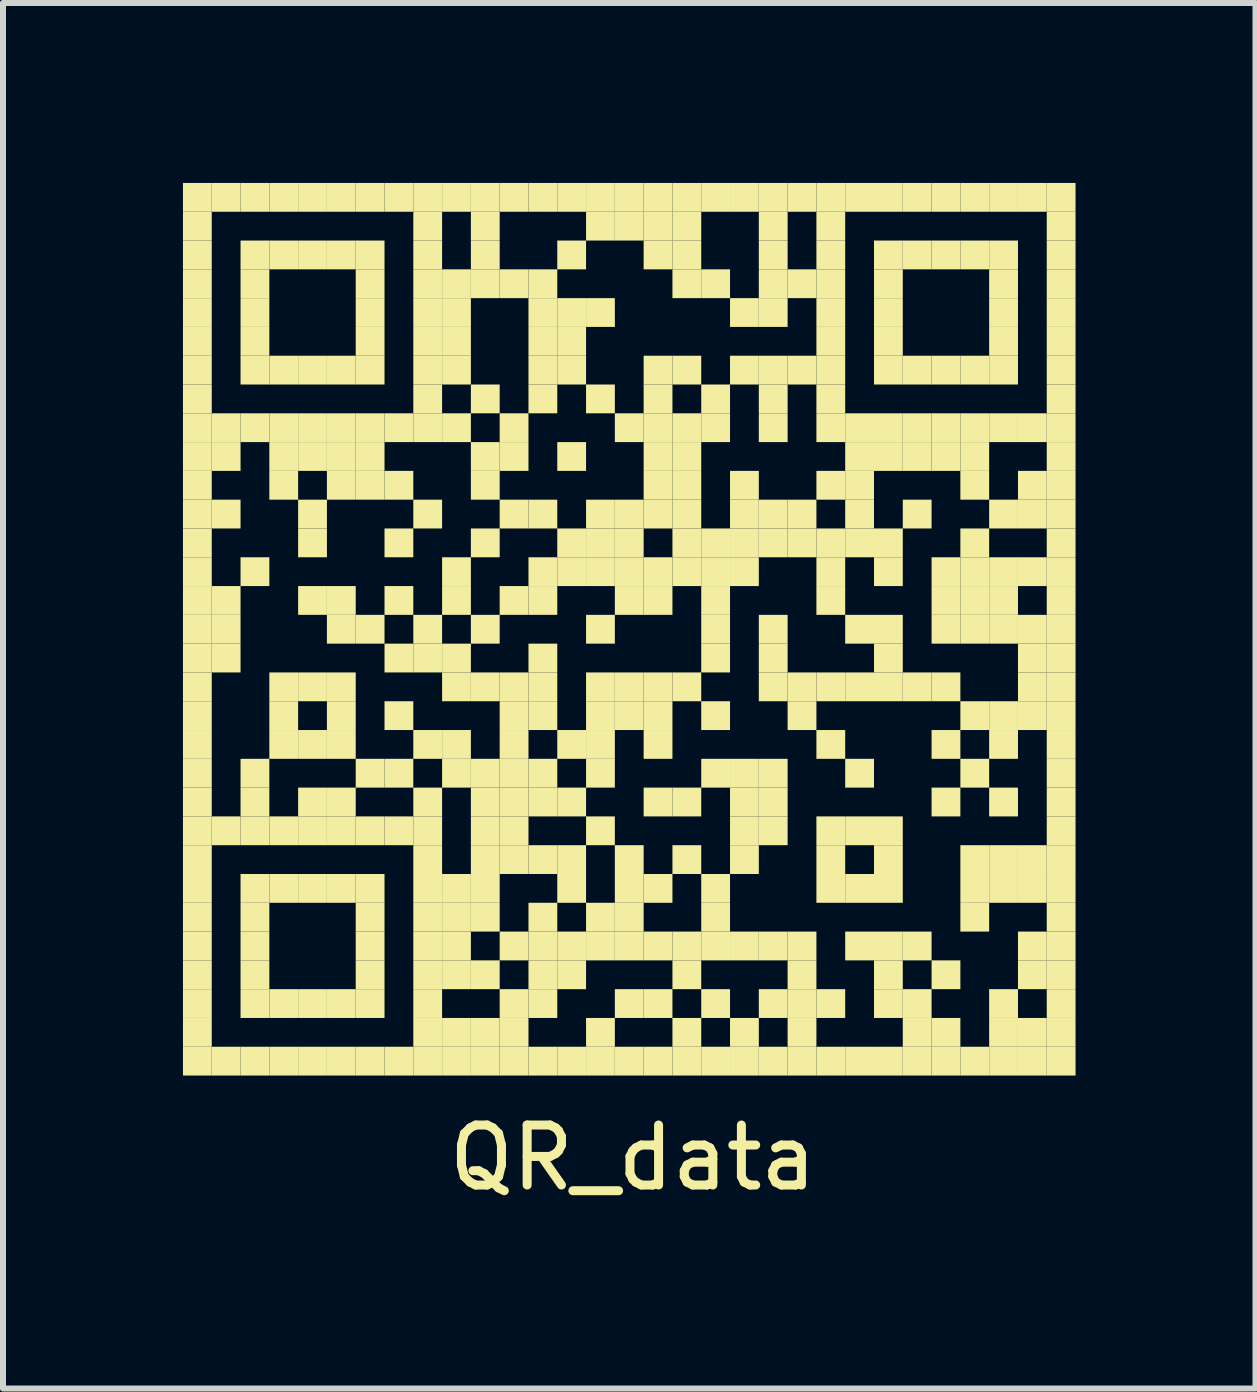
<source format=kicad_pcb>
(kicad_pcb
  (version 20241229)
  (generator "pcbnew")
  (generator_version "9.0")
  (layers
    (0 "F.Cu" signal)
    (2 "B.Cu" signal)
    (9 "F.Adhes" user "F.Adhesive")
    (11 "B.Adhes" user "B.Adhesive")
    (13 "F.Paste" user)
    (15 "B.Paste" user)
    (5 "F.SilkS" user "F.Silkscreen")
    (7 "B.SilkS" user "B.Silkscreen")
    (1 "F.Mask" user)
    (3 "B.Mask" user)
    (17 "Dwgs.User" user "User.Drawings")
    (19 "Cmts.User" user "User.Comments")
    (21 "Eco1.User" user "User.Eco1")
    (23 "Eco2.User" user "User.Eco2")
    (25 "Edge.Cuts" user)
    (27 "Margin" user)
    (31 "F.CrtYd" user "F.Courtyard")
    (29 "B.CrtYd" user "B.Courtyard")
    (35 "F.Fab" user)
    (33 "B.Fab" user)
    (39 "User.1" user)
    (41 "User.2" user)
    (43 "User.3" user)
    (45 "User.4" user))
  (footprint "QR_data"
    (layer "F.Cu")
    (at 7.5 7.5)
    (property "Reference" "QR_data" (at 0 8.75 0) (layer "F.SilkS") (effects (font (size 1 1) (thickness 0.15))))
    (attr exclude_from_pos_files exclude_from_bom allow_missing_courtyard)
    (fp_poly (pts (xy -7.5 -7.5) (xy -7.5 -7.02) (xy -7.02 -7.02) (xy -7.02 -7.5)) (stroke (width 0) (type solid)) (fill yes) (layer "F.SilkS"))
    (fp_poly (pts (xy -7.5 -7.02) (xy -7.5 -6.54) (xy -7.02 -6.54) (xy -7.02 -7.02)) (stroke (width 0) (type solid)) (fill yes) (layer "F.SilkS"))
    (fp_poly (pts (xy -7.5 -6.54) (xy -7.5 -6.06) (xy -7.02 -6.06) (xy -7.02 -6.54)) (stroke (width 0) (type solid)) (fill yes) (layer "F.SilkS"))
    (fp_poly (pts (xy -7.5 -6.06) (xy -7.5 -5.58) (xy -7.02 -5.58) (xy -7.02 -6.06)) (stroke (width 0) (type solid)) (fill yes) (layer "F.SilkS"))
    (fp_poly (pts (xy -7.5 -5.58) (xy -7.5 -5.1) (xy -7.02 -5.1) (xy -7.02 -5.58)) (stroke (width 0) (type solid)) (fill yes) (layer "F.SilkS"))
    (fp_poly (pts (xy -7.5 -5.1) (xy -7.5 -4.62) (xy -7.02 -4.62) (xy -7.02 -5.1)) (stroke (width 0) (type solid)) (fill yes) (layer "F.SilkS"))
    (fp_poly (pts (xy -7.5 -4.62) (xy -7.5 -4.14) (xy -7.02 -4.14) (xy -7.02 -4.62)) (stroke (width 0) (type solid)) (fill yes) (layer "F.SilkS"))
    (fp_poly (pts (xy -7.5 -4.14) (xy -7.5 -3.66) (xy -7.02 -3.66) (xy -7.02 -4.14)) (stroke (width 0) (type solid)) (fill yes) (layer "F.SilkS"))
    (fp_poly (pts (xy -7.5 -3.66) (xy -7.5 -3.18) (xy -7.02 -3.18) (xy -7.02 -3.66)) (stroke (width 0) (type solid)) (fill yes) (layer "F.SilkS"))
    (fp_poly (pts (xy -7.5 -3.18) (xy -7.5 -2.7) (xy -7.02 -2.7) (xy -7.02 -3.18)) (stroke (width 0) (type solid)) (fill yes) (layer "F.SilkS"))
    (fp_poly (pts (xy -7.5 -2.7) (xy -7.5 -2.22) (xy -7.02 -2.22) (xy -7.02 -2.7)) (stroke (width 0) (type solid)) (fill yes) (layer "F.SilkS"))
    (fp_poly (pts (xy -7.5 -2.22) (xy -7.5 -1.74) (xy -7.02 -1.74) (xy -7.02 -2.22)) (stroke (width 0) (type solid)) (fill yes) (layer "F.SilkS"))
    (fp_poly (pts (xy -7.5 -1.74) (xy -7.5 -1.26) (xy -7.02 -1.26) (xy -7.02 -1.74)) (stroke (width 0) (type solid)) (fill yes) (layer "F.SilkS"))
    (fp_poly (pts (xy -7.5 -1.26) (xy -7.5 -0.78) (xy -7.02 -0.78) (xy -7.02 -1.26)) (stroke (width 0) (type solid)) (fill yes) (layer "F.SilkS"))
    (fp_poly (pts (xy -7.5 -0.78) (xy -7.5 -0.3) (xy -7.02 -0.3) (xy -7.02 -0.78)) (stroke (width 0) (type solid)) (fill yes) (layer "F.SilkS"))
    (fp_poly (pts (xy -7.5 -0.3) (xy -7.5 0.18) (xy -7.02 0.18) (xy -7.02 -0.3)) (stroke (width 0) (type solid)) (fill yes) (layer "F.SilkS"))
    (fp_poly (pts (xy -7.5 0.18) (xy -7.5 0.66) (xy -7.02 0.66) (xy -7.02 0.18)) (stroke (width 0) (type solid)) (fill yes) (layer "F.SilkS"))
    (fp_poly (pts (xy -7.5 0.66) (xy -7.5 1.14) (xy -7.02 1.14) (xy -7.02 0.66)) (stroke (width 0) (type solid)) (fill yes) (layer "F.SilkS"))
    (fp_poly (pts (xy -7.5 1.14) (xy -7.5 1.62) (xy -7.02 1.62) (xy -7.02 1.14)) (stroke (width 0) (type solid)) (fill yes) (layer "F.SilkS"))
    (fp_poly (pts (xy -7.5 1.62) (xy -7.5 2.1) (xy -7.02 2.1) (xy -7.02 1.62)) (stroke (width 0) (type solid)) (fill yes) (layer "F.SilkS"))
    (fp_poly (pts (xy -7.5 2.1) (xy -7.5 2.58) (xy -7.02 2.58) (xy -7.02 2.1)) (stroke (width 0) (type solid)) (fill yes) (layer "F.SilkS"))
    (fp_poly (pts (xy -7.5 2.58) (xy -7.5 3.06) (xy -7.02 3.06) (xy -7.02 2.58)) (stroke (width 0) (type solid)) (fill yes) (layer "F.SilkS"))
    (fp_poly (pts (xy -7.5 3.06) (xy -7.5 3.54) (xy -7.02 3.54) (xy -7.02 3.06)) (stroke (width 0) (type solid)) (fill yes) (layer "F.SilkS"))
    (fp_poly (pts (xy -7.5 3.54) (xy -7.5 4.02) (xy -7.02 4.02) (xy -7.02 3.54)) (stroke (width 0) (type solid)) (fill yes) (layer "F.SilkS"))
    (fp_poly (pts (xy -7.5 4.02) (xy -7.5 4.5) (xy -7.02 4.5) (xy -7.02 4.02)) (stroke (width 0) (type solid)) (fill yes) (layer "F.SilkS"))
    (fp_poly (pts (xy -7.5 4.5) (xy -7.5 4.98) (xy -7.02 4.98) (xy -7.02 4.5)) (stroke (width 0) (type solid)) (fill yes) (layer "F.SilkS"))
    (fp_poly (pts (xy -7.5 4.98) (xy -7.5 5.46) (xy -7.02 5.46) (xy -7.02 4.98)) (stroke (width 0) (type solid)) (fill yes) (layer "F.SilkS"))
    (fp_poly (pts (xy -7.5 5.46) (xy -7.5 5.94) (xy -7.02 5.94) (xy -7.02 5.46)) (stroke (width 0) (type solid)) (fill yes) (layer "F.SilkS"))
    (fp_poly (pts (xy -7.5 5.94) (xy -7.5 6.42) (xy -7.02 6.42) (xy -7.02 5.94)) (stroke (width 0) (type solid)) (fill yes) (layer "F.SilkS"))
    (fp_poly (pts (xy -7.5 6.42) (xy -7.5 6.9) (xy -7.02 6.9) (xy -7.02 6.42)) (stroke (width 0) (type solid)) (fill yes) (layer "F.SilkS"))
    (fp_poly (pts (xy -7.5 6.9) (xy -7.5 7.38) (xy -7.02 7.38) (xy -7.02 6.9)) (stroke (width 0) (type solid)) (fill yes) (layer "F.SilkS"))
    (fp_poly (pts (xy -7.02 -7.5) (xy -7.02 -7.02) (xy -6.54 -7.02) (xy -6.54 -7.5)) (stroke (width 0) (type solid)) (fill yes) (layer "F.SilkS"))
    (fp_poly (pts (xy -7.02 -3.66) (xy -7.02 -3.18) (xy -6.54 -3.18) (xy -6.54 -3.66)) (stroke (width 0) (type solid)) (fill yes) (layer "F.SilkS"))
    (fp_poly (pts (xy -7.02 -3.18) (xy -7.02 -2.7) (xy -6.54 -2.7) (xy -6.54 -3.18)) (stroke (width 0) (type solid)) (fill yes) (layer "F.SilkS"))
    (fp_poly (pts (xy -7.02 -2.22) (xy -7.02 -1.74) (xy -6.54 -1.74) (xy -6.54 -2.22)) (stroke (width 0) (type solid)) (fill yes) (layer "F.SilkS"))
    (fp_poly (pts (xy -7.02 -0.78) (xy -7.02 -0.3) (xy -6.54 -0.3) (xy -6.54 -0.78)) (stroke (width 0) (type solid)) (fill yes) (layer "F.SilkS"))
    (fp_poly (pts (xy -7.02 -0.3) (xy -7.02 0.18) (xy -6.54 0.18) (xy -6.54 -0.3)) (stroke (width 0) (type solid)) (fill yes) (layer "F.SilkS"))
    (fp_poly (pts (xy -7.02 0.18) (xy -7.02 0.66) (xy -6.54 0.66) (xy -6.54 0.18)) (stroke (width 0) (type solid)) (fill yes) (layer "F.SilkS"))
    (fp_poly (pts (xy -7.02 3.06) (xy -7.02 3.54) (xy -6.54 3.54) (xy -6.54 3.06)) (stroke (width 0) (type solid)) (fill yes) (layer "F.SilkS"))
    (fp_poly (pts (xy -7.02 6.9) (xy -7.02 7.38) (xy -6.54 7.38) (xy -6.54 6.9)) (stroke (width 0) (type solid)) (fill yes) (layer "F.SilkS"))
    (fp_poly (pts (xy -6.54 -7.5) (xy -6.54 -7.02) (xy -6.06 -7.02) (xy -6.06 -7.5)) (stroke (width 0) (type solid)) (fill yes) (layer "F.SilkS"))
    (fp_poly (pts (xy -6.54 -6.54) (xy -6.54 -6.06) (xy -6.06 -6.06) (xy -6.06 -6.54)) (stroke (width 0) (type solid)) (fill yes) (layer "F.SilkS"))
    (fp_poly (pts (xy -6.54 -6.06) (xy -6.54 -5.58) (xy -6.06 -5.58) (xy -6.06 -6.06)) (stroke (width 0) (type solid)) (fill yes) (layer "F.SilkS"))
    (fp_poly (pts (xy -6.54 -5.58) (xy -6.54 -5.1) (xy -6.06 -5.1) (xy -6.06 -5.58)) (stroke (width 0) (type solid)) (fill yes) (layer "F.SilkS"))
    (fp_poly (pts (xy -6.54 -5.1) (xy -6.54 -4.62) (xy -6.06 -4.62) (xy -6.06 -5.1)) (stroke (width 0) (type solid)) (fill yes) (layer "F.SilkS"))
    (fp_poly (pts (xy -6.54 -4.62) (xy -6.54 -4.14) (xy -6.06 -4.14) (xy -6.06 -4.62)) (stroke (width 0) (type solid)) (fill yes) (layer "F.SilkS"))
    (fp_poly (pts (xy -6.54 -3.66) (xy -6.54 -3.18) (xy -6.06 -3.18) (xy -6.06 -3.66)) (stroke (width 0) (type solid)) (fill yes) (layer "F.SilkS"))
    (fp_poly (pts (xy -6.54 -1.26) (xy -6.54 -0.78) (xy -6.06 -0.78) (xy -6.06 -1.26)) (stroke (width 0) (type solid)) (fill yes) (layer "F.SilkS"))
    (fp_poly (pts (xy -6.54 2.1) (xy -6.54 2.58) (xy -6.06 2.58) (xy -6.06 2.1)) (stroke (width 0) (type solid)) (fill yes) (layer "F.SilkS"))
    (fp_poly (pts (xy -6.54 2.58) (xy -6.54 3.06) (xy -6.06 3.06) (xy -6.06 2.58)) (stroke (width 0) (type solid)) (fill yes) (layer "F.SilkS"))
    (fp_poly (pts (xy -6.54 3.06) (xy -6.54 3.54) (xy -6.06 3.54) (xy -6.06 3.06)) (stroke (width 0) (type solid)) (fill yes) (layer "F.SilkS"))
    (fp_poly (pts (xy -6.54 4.02) (xy -6.54 4.5) (xy -6.06 4.5) (xy -6.06 4.02)) (stroke (width 0) (type solid)) (fill yes) (layer "F.SilkS"))
    (fp_poly (pts (xy -6.54 4.5) (xy -6.54 4.98) (xy -6.06 4.98) (xy -6.06 4.5)) (stroke (width 0) (type solid)) (fill yes) (layer "F.SilkS"))
    (fp_poly (pts (xy -6.54 4.98) (xy -6.54 5.46) (xy -6.06 5.46) (xy -6.06 4.98)) (stroke (width 0) (type solid)) (fill yes) (layer "F.SilkS"))
    (fp_poly (pts (xy -6.54 5.46) (xy -6.54 5.94) (xy -6.06 5.94) (xy -6.06 5.46)) (stroke (width 0) (type solid)) (fill yes) (layer "F.SilkS"))
    (fp_poly (pts (xy -6.54 5.94) (xy -6.54 6.42) (xy -6.06 6.42) (xy -6.06 5.94)) (stroke (width 0) (type solid)) (fill yes) (layer "F.SilkS"))
    (fp_poly (pts (xy -6.54 6.9) (xy -6.54 7.38) (xy -6.06 7.38) (xy -6.06 6.9)) (stroke (width 0) (type solid)) (fill yes) (layer "F.SilkS"))
    (fp_poly (pts (xy -6.06 -7.5) (xy -6.06 -7.02) (xy -5.58 -7.02) (xy -5.58 -7.5)) (stroke (width 0) (type solid)) (fill yes) (layer "F.SilkS"))
    (fp_poly (pts (xy -6.06 -6.54) (xy -6.06 -6.06) (xy -5.58 -6.06) (xy -5.58 -6.54)) (stroke (width 0) (type solid)) (fill yes) (layer "F.SilkS"))
    (fp_poly (pts (xy -6.06 -4.62) (xy -6.06 -4.14) (xy -5.58 -4.14) (xy -5.58 -4.62)) (stroke (width 0) (type solid)) (fill yes) (layer "F.SilkS"))
    (fp_poly (pts (xy -6.06 -3.66) (xy -6.06 -3.18) (xy -5.58 -3.18) (xy -5.58 -3.66)) (stroke (width 0) (type solid)) (fill yes) (layer "F.SilkS"))
    (fp_poly (pts (xy -6.06 -3.18) (xy -6.06 -2.7) (xy -5.58 -2.7) (xy -5.58 -3.18)) (stroke (width 0) (type solid)) (fill yes) (layer "F.SilkS"))
    (fp_poly (pts (xy -6.06 -2.7) (xy -6.06 -2.22) (xy -5.58 -2.22) (xy -5.58 -2.7)) (stroke (width 0) (type solid)) (fill yes) (layer "F.SilkS"))
    (fp_poly (pts (xy -6.06 0.66) (xy -6.06 1.14) (xy -5.58 1.14) (xy -5.58 0.66)) (stroke (width 0) (type solid)) (fill yes) (layer "F.SilkS"))
    (fp_poly (pts (xy -6.06 1.14) (xy -6.06 1.62) (xy -5.58 1.62) (xy -5.58 1.14)) (stroke (width 0) (type solid)) (fill yes) (layer "F.SilkS"))
    (fp_poly (pts (xy -6.06 1.62) (xy -6.06 2.1) (xy -5.58 2.1) (xy -5.58 1.62)) (stroke (width 0) (type solid)) (fill yes) (layer "F.SilkS"))
    (fp_poly (pts (xy -6.06 3.06) (xy -6.06 3.54) (xy -5.58 3.54) (xy -5.58 3.06)) (stroke (width 0) (type solid)) (fill yes) (layer "F.SilkS"))
    (fp_poly (pts (xy -6.06 4.02) (xy -6.06 4.5) (xy -5.58 4.5) (xy -5.58 4.02)) (stroke (width 0) (type solid)) (fill yes) (layer "F.SilkS"))
    (fp_poly (pts (xy -6.06 5.94) (xy -6.06 6.42) (xy -5.58 6.42) (xy -5.58 5.94)) (stroke (width 0) (type solid)) (fill yes) (layer "F.SilkS"))
    (fp_poly (pts (xy -6.06 6.9) (xy -6.06 7.38) (xy -5.58 7.38) (xy -5.58 6.9)) (stroke (width 0) (type solid)) (fill yes) (layer "F.SilkS"))
    (fp_poly (pts (xy -5.58 -7.5) (xy -5.58 -7.02) (xy -5.1 -7.02) (xy -5.1 -7.5)) (stroke (width 0) (type solid)) (fill yes) (layer "F.SilkS"))
    (fp_poly (pts (xy -5.58 -6.54) (xy -5.58 -6.06) (xy -5.1 -6.06) (xy -5.1 -6.54)) (stroke (width 0) (type solid)) (fill yes) (layer "F.SilkS"))
    (fp_poly (pts (xy -5.58 -4.62) (xy -5.58 -4.14) (xy -5.1 -4.14) (xy -5.1 -4.62)) (stroke (width 0) (type solid)) (fill yes) (layer "F.SilkS"))
    (fp_poly (pts (xy -5.58 -3.66) (xy -5.58 -3.18) (xy -5.1 -3.18) (xy -5.1 -3.66)) (stroke (width 0) (type solid)) (fill yes) (layer "F.SilkS"))
    (fp_poly (pts (xy -5.58 -3.18) (xy -5.58 -2.7) (xy -5.1 -2.7) (xy -5.1 -3.18)) (stroke (width 0) (type solid)) (fill yes) (layer "F.SilkS"))
    (fp_poly (pts (xy -5.58 -2.22) (xy -5.58 -1.74) (xy -5.1 -1.74) (xy -5.1 -2.22)) (stroke (width 0) (type solid)) (fill yes) (layer "F.SilkS"))
    (fp_poly (pts (xy -5.58 -1.74) (xy -5.58 -1.26) (xy -5.1 -1.26) (xy -5.1 -1.74)) (stroke (width 0) (type solid)) (fill yes) (layer "F.SilkS"))
    (fp_poly (pts (xy -5.58 -0.78) (xy -5.58 -0.3) (xy -5.1 -0.3) (xy -5.1 -0.78)) (stroke (width 0) (type solid)) (fill yes) (layer "F.SilkS"))
    (fp_poly (pts (xy -5.58 0.66) (xy -5.58 1.14) (xy -5.1 1.14) (xy -5.1 0.66)) (stroke (width 0) (type solid)) (fill yes) (layer "F.SilkS"))
    (fp_poly (pts (xy -5.58 1.62) (xy -5.58 2.1) (xy -5.1 2.1) (xy -5.1 1.62)) (stroke (width 0) (type solid)) (fill yes) (layer "F.SilkS"))
    (fp_poly (pts (xy -5.58 2.58) (xy -5.58 3.06) (xy -5.1 3.06) (xy -5.1 2.58)) (stroke (width 0) (type solid)) (fill yes) (layer "F.SilkS"))
    (fp_poly (pts (xy -5.58 3.06) (xy -5.58 3.54) (xy -5.1 3.54) (xy -5.1 3.06)) (stroke (width 0) (type solid)) (fill yes) (layer "F.SilkS"))
    (fp_poly (pts (xy -5.58 4.02) (xy -5.58 4.5) (xy -5.1 4.5) (xy -5.1 4.02)) (stroke (width 0) (type solid)) (fill yes) (layer "F.SilkS"))
    (fp_poly (pts (xy -5.58 5.94) (xy -5.58 6.42) (xy -5.1 6.42) (xy -5.1 5.94)) (stroke (width 0) (type solid)) (fill yes) (layer "F.SilkS"))
    (fp_poly (pts (xy -5.58 6.9) (xy -5.58 7.38) (xy -5.1 7.38) (xy -5.1 6.9)) (stroke (width 0) (type solid)) (fill yes) (layer "F.SilkS"))
    (fp_poly (pts (xy -5.1 -7.5) (xy -5.1 -7.02) (xy -4.62 -7.02) (xy -4.62 -7.5)) (stroke (width 0) (type solid)) (fill yes) (layer "F.SilkS"))
    (fp_poly (pts (xy -5.1 -6.54) (xy -5.1 -6.06) (xy -4.62 -6.06) (xy -4.62 -6.54)) (stroke (width 0) (type solid)) (fill yes) (layer "F.SilkS"))
    (fp_poly (pts (xy -5.1 -4.62) (xy -5.1 -4.14) (xy -4.62 -4.14) (xy -4.62 -4.62)) (stroke (width 0) (type solid)) (fill yes) (layer "F.SilkS"))
    (fp_poly (pts (xy -5.1 -3.66) (xy -5.1 -3.18) (xy -4.62 -3.18) (xy -4.62 -3.66)) (stroke (width 0) (type solid)) (fill yes) (layer "F.SilkS"))
    (fp_poly (pts (xy -5.1 -3.18) (xy -5.1 -2.7) (xy -4.62 -2.7) (xy -4.62 -3.18)) (stroke (width 0) (type solid)) (fill yes) (layer "F.SilkS"))
    (fp_poly (pts (xy -5.1 -2.7) (xy -5.1 -2.22) (xy -4.62 -2.22) (xy -4.62 -2.7)) (stroke (width 0) (type solid)) (fill yes) (layer "F.SilkS"))
    (fp_poly (pts (xy -5.1 -0.78) (xy -5.1 -0.3) (xy -4.62 -0.3) (xy -4.62 -0.78)) (stroke (width 0) (type solid)) (fill yes) (layer "F.SilkS"))
    (fp_poly (pts (xy -5.1 -0.3) (xy -5.1 0.18) (xy -4.62 0.18) (xy -4.62 -0.3)) (stroke (width 0) (type solid)) (fill yes) (layer "F.SilkS"))
    (fp_poly (pts (xy -5.1 0.66) (xy -5.1 1.14) (xy -4.62 1.14) (xy -4.62 0.66)) (stroke (width 0) (type solid)) (fill yes) (layer "F.SilkS"))
    (fp_poly (pts (xy -5.1 1.14) (xy -5.1 1.62) (xy -4.62 1.62) (xy -4.62 1.14)) (stroke (width 0) (type solid)) (fill yes) (layer "F.SilkS"))
    (fp_poly (pts (xy -5.1 1.62) (xy -5.1 2.1) (xy -4.62 2.1) (xy -4.62 1.62)) (stroke (width 0) (type solid)) (fill yes) (layer "F.SilkS"))
    (fp_poly (pts (xy -5.1 2.58) (xy -5.1 3.06) (xy -4.62 3.06) (xy -4.62 2.58)) (stroke (width 0) (type solid)) (fill yes) (layer "F.SilkS"))
    (fp_poly (pts (xy -5.1 3.06) (xy -5.1 3.54) (xy -4.62 3.54) (xy -4.62 3.06)) (stroke (width 0) (type solid)) (fill yes) (layer "F.SilkS"))
    (fp_poly (pts (xy -5.1 4.02) (xy -5.1 4.5) (xy -4.62 4.5) (xy -4.62 4.02)) (stroke (width 0) (type solid)) (fill yes) (layer "F.SilkS"))
    (fp_poly (pts (xy -5.1 5.94) (xy -5.1 6.42) (xy -4.62 6.42) (xy -4.62 5.94)) (stroke (width 0) (type solid)) (fill yes) (layer "F.SilkS"))
    (fp_poly (pts (xy -5.1 6.9) (xy -5.1 7.38) (xy -4.62 7.38) (xy -4.62 6.9)) (stroke (width 0) (type solid)) (fill yes) (layer "F.SilkS"))
    (fp_poly (pts (xy -4.62 -7.5) (xy -4.62 -7.02) (xy -4.14 -7.02) (xy -4.14 -7.5)) (stroke (width 0) (type solid)) (fill yes) (layer "F.SilkS"))
    (fp_poly (pts (xy -4.62 -6.54) (xy -4.62 -6.06) (xy -4.14 -6.06) (xy -4.14 -6.54)) (stroke (width 0) (type solid)) (fill yes) (layer "F.SilkS"))
    (fp_poly (pts (xy -4.62 -6.06) (xy -4.62 -5.58) (xy -4.14 -5.58) (xy -4.14 -6.06)) (stroke (width 0) (type solid)) (fill yes) (layer "F.SilkS"))
    (fp_poly (pts (xy -4.62 -5.58) (xy -4.62 -5.1) (xy -4.14 -5.1) (xy -4.14 -5.58)) (stroke (width 0) (type solid)) (fill yes) (layer "F.SilkS"))
    (fp_poly (pts (xy -4.62 -5.1) (xy -4.62 -4.62) (xy -4.14 -4.62) (xy -4.14 -5.1)) (stroke (width 0) (type solid)) (fill yes) (layer "F.SilkS"))
    (fp_poly (pts (xy -4.62 -4.62) (xy -4.62 -4.14) (xy -4.14 -4.14) (xy -4.14 -4.62)) (stroke (width 0) (type solid)) (fill yes) (layer "F.SilkS"))
    (fp_poly (pts (xy -4.62 -3.66) (xy -4.62 -3.18) (xy -4.14 -3.18) (xy -4.14 -3.66)) (stroke (width 0) (type solid)) (fill yes) (layer "F.SilkS"))
    (fp_poly (pts (xy -4.62 -3.18) (xy -4.62 -2.7) (xy -4.14 -2.7) (xy -4.14 -3.18)) (stroke (width 0) (type solid)) (fill yes) (layer "F.SilkS"))
    (fp_poly (pts (xy -4.62 -2.7) (xy -4.62 -2.22) (xy -4.14 -2.22) (xy -4.14 -2.7)) (stroke (width 0) (type solid)) (fill yes) (layer "F.SilkS"))
    (fp_poly (pts (xy -4.62 -0.3) (xy -4.62 0.18) (xy -4.14 0.18) (xy -4.14 -0.3)) (stroke (width 0) (type solid)) (fill yes) (layer "F.SilkS"))
    (fp_poly (pts (xy -4.62 2.1) (xy -4.62 2.58) (xy -4.14 2.58) (xy -4.14 2.1)) (stroke (width 0) (type solid)) (fill yes) (layer "F.SilkS"))
    (fp_poly (pts (xy -4.62 3.06) (xy -4.62 3.54) (xy -4.14 3.54) (xy -4.14 3.06)) (stroke (width 0) (type solid)) (fill yes) (layer "F.SilkS"))
    (fp_poly (pts (xy -4.62 4.02) (xy -4.62 4.5) (xy -4.14 4.5) (xy -4.14 4.02)) (stroke (width 0) (type solid)) (fill yes) (layer "F.SilkS"))
    (fp_poly (pts (xy -4.62 4.5) (xy -4.62 4.98) (xy -4.14 4.98) (xy -4.14 4.5)) (stroke (width 0) (type solid)) (fill yes) (layer "F.SilkS"))
    (fp_poly (pts (xy -4.62 4.98) (xy -4.62 5.46) (xy -4.14 5.46) (xy -4.14 4.98)) (stroke (width 0) (type solid)) (fill yes) (layer "F.SilkS"))
    (fp_poly (pts (xy -4.62 5.46) (xy -4.62 5.94) (xy -4.14 5.94) (xy -4.14 5.46)) (stroke (width 0) (type solid)) (fill yes) (layer "F.SilkS"))
    (fp_poly (pts (xy -4.62 5.94) (xy -4.62 6.42) (xy -4.14 6.42) (xy -4.14 5.94)) (stroke (width 0) (type solid)) (fill yes) (layer "F.SilkS"))
    (fp_poly (pts (xy -4.62 6.9) (xy -4.62 7.38) (xy -4.14 7.38) (xy -4.14 6.9)) (stroke (width 0) (type solid)) (fill yes) (layer "F.SilkS"))
    (fp_poly (pts (xy -4.14 -7.5) (xy -4.14 -7.02) (xy -3.66 -7.02) (xy -3.66 -7.5)) (stroke (width 0) (type solid)) (fill yes) (layer "F.SilkS"))
    (fp_poly (pts (xy -4.14 -3.66) (xy -4.14 -3.18) (xy -3.66 -3.18) (xy -3.66 -3.66)) (stroke (width 0) (type solid)) (fill yes) (layer "F.SilkS"))
    (fp_poly (pts (xy -4.14 -2.7) (xy -4.14 -2.22) (xy -3.66 -2.22) (xy -3.66 -2.7)) (stroke (width 0) (type solid)) (fill yes) (layer "F.SilkS"))
    (fp_poly (pts (xy -4.14 -1.74) (xy -4.14 -1.26) (xy -3.66 -1.26) (xy -3.66 -1.74)) (stroke (width 0) (type solid)) (fill yes) (layer "F.SilkS"))
    (fp_poly (pts (xy -4.14 -0.78) (xy -4.14 -0.3) (xy -3.66 -0.3) (xy -3.66 -0.78)) (stroke (width 0) (type solid)) (fill yes) (layer "F.SilkS"))
    (fp_poly (pts (xy -4.14 0.18) (xy -4.14 0.66) (xy -3.66 0.66) (xy -3.66 0.18)) (stroke (width 0) (type solid)) (fill yes) (layer "F.SilkS"))
    (fp_poly (pts (xy -4.14 1.14) (xy -4.14 1.62) (xy -3.66 1.62) (xy -3.66 1.14)) (stroke (width 0) (type solid)) (fill yes) (layer "F.SilkS"))
    (fp_poly (pts (xy -4.14 2.1) (xy -4.14 2.58) (xy -3.66 2.58) (xy -3.66 2.1)) (stroke (width 0) (type solid)) (fill yes) (layer "F.SilkS"))
    (fp_poly (pts (xy -4.14 3.06) (xy -4.14 3.54) (xy -3.66 3.54) (xy -3.66 3.06)) (stroke (width 0) (type solid)) (fill yes) (layer "F.SilkS"))
    (fp_poly (pts (xy -4.14 6.9) (xy -4.14 7.38) (xy -3.66 7.38) (xy -3.66 6.9)) (stroke (width 0) (type solid)) (fill yes) (layer "F.SilkS"))
    (fp_poly (pts (xy -3.66 -7.5) (xy -3.66 -7.02) (xy -3.18 -7.02) (xy -3.18 -7.5)) (stroke (width 0) (type solid)) (fill yes) (layer "F.SilkS"))
    (fp_poly (pts (xy -3.66 -7.02) (xy -3.66 -6.54) (xy -3.18 -6.54) (xy -3.18 -7.02)) (stroke (width 0) (type solid)) (fill yes) (layer "F.SilkS"))
    (fp_poly (pts (xy -3.66 -6.54) (xy -3.66 -6.06) (xy -3.18 -6.06) (xy -3.18 -6.54)) (stroke (width 0) (type solid)) (fill yes) (layer "F.SilkS"))
    (fp_poly (pts (xy -3.66 -6.06) (xy -3.66 -5.58) (xy -3.18 -5.58) (xy -3.18 -6.06)) (stroke (width 0) (type solid)) (fill yes) (layer "F.SilkS"))
    (fp_poly (pts (xy -3.66 -5.58) (xy -3.66 -5.1) (xy -3.18 -5.1) (xy -3.18 -5.58)) (stroke (width 0) (type solid)) (fill yes) (layer "F.SilkS"))
    (fp_poly (pts (xy -3.66 -5.1) (xy -3.66 -4.62) (xy -3.18 -4.62) (xy -3.18 -5.1)) (stroke (width 0) (type solid)) (fill yes) (layer "F.SilkS"))
    (fp_poly (pts (xy -3.66 -4.62) (xy -3.66 -4.14) (xy -3.18 -4.14) (xy -3.18 -4.62)) (stroke (width 0) (type solid)) (fill yes) (layer "F.SilkS"))
    (fp_poly (pts (xy -3.66 -4.14) (xy -3.66 -3.66) (xy -3.18 -3.66) (xy -3.18 -4.14)) (stroke (width 0) (type solid)) (fill yes) (layer "F.SilkS"))
    (fp_poly (pts (xy -3.66 -3.66) (xy -3.66 -3.18) (xy -3.18 -3.18) (xy -3.18 -3.66)) (stroke (width 0) (type solid)) (fill yes) (layer "F.SilkS"))
    (fp_poly (pts (xy -3.66 -2.22) (xy -3.66 -1.74) (xy -3.18 -1.74) (xy -3.18 -2.22)) (stroke (width 0) (type solid)) (fill yes) (layer "F.SilkS"))
    (fp_poly (pts (xy -3.66 -0.3) (xy -3.66 0.18) (xy -3.18 0.18) (xy -3.18 -0.3)) (stroke (width 0) (type solid)) (fill yes) (layer "F.SilkS"))
    (fp_poly (pts (xy -3.66 0.18) (xy -3.66 0.66) (xy -3.18 0.66) (xy -3.18 0.18)) (stroke (width 0) (type solid)) (fill yes) (layer "F.SilkS"))
    (fp_poly (pts (xy -3.66 1.62) (xy -3.66 2.1) (xy -3.18 2.1) (xy -3.18 1.62)) (stroke (width 0) (type solid)) (fill yes) (layer "F.SilkS"))
    (fp_poly (pts (xy -3.66 2.58) (xy -3.66 3.06) (xy -3.18 3.06) (xy -3.18 2.58)) (stroke (width 0) (type solid)) (fill yes) (layer "F.SilkS"))
    (fp_poly (pts (xy -3.66 3.06) (xy -3.66 3.54) (xy -3.18 3.54) (xy -3.18 3.06)) (stroke (width 0) (type solid)) (fill yes) (layer "F.SilkS"))
    (fp_poly (pts (xy -3.66 3.54) (xy -3.66 4.02) (xy -3.18 4.02) (xy -3.18 3.54)) (stroke (width 0) (type solid)) (fill yes) (layer "F.SilkS"))
    (fp_poly (pts (xy -3.66 4.02) (xy -3.66 4.5) (xy -3.18 4.5) (xy -3.18 4.02)) (stroke (width 0) (type solid)) (fill yes) (layer "F.SilkS"))
    (fp_poly (pts (xy -3.66 4.5) (xy -3.66 4.98) (xy -3.18 4.98) (xy -3.18 4.5)) (stroke (width 0) (type solid)) (fill yes) (layer "F.SilkS"))
    (fp_poly (pts (xy -3.66 4.98) (xy -3.66 5.46) (xy -3.18 5.46) (xy -3.18 4.98)) (stroke (width 0) (type solid)) (fill yes) (layer "F.SilkS"))
    (fp_poly (pts (xy -3.66 5.46) (xy -3.66 5.94) (xy -3.18 5.94) (xy -3.18 5.46)) (stroke (width 0) (type solid)) (fill yes) (layer "F.SilkS"))
    (fp_poly (pts (xy -3.66 5.94) (xy -3.66 6.42) (xy -3.18 6.42) (xy -3.18 5.94)) (stroke (width 0) (type solid)) (fill yes) (layer "F.SilkS"))
    (fp_poly (pts (xy -3.66 6.42) (xy -3.66 6.9) (xy -3.18 6.9) (xy -3.18 6.42)) (stroke (width 0) (type solid)) (fill yes) (layer "F.SilkS"))
    (fp_poly (pts (xy -3.66 6.9) (xy -3.66 7.38) (xy -3.18 7.38) (xy -3.18 6.9)) (stroke (width 0) (type solid)) (fill yes) (layer "F.SilkS"))
    (fp_poly (pts (xy -3.18 -7.5) (xy -3.18 -7.02) (xy -2.7 -7.02) (xy -2.7 -7.5)) (stroke (width 0) (type solid)) (fill yes) (layer "F.SilkS"))
    (fp_poly (pts (xy -3.18 -6.06) (xy -3.18 -5.58) (xy -2.7 -5.58) (xy -2.7 -6.06)) (stroke (width 0) (type solid)) (fill yes) (layer "F.SilkS"))
    (fp_poly (pts (xy -3.18 -5.58) (xy -3.18 -5.1) (xy -2.7 -5.1) (xy -2.7 -5.58)) (stroke (width 0) (type solid)) (fill yes) (layer "F.SilkS"))
    (fp_poly (pts (xy -3.18 -5.1) (xy -3.18 -4.62) (xy -2.7 -4.62) (xy -2.7 -5.1)) (stroke (width 0) (type solid)) (fill yes) (layer "F.SilkS"))
    (fp_poly (pts (xy -3.18 -4.62) (xy -3.18 -4.14) (xy -2.7 -4.14) (xy -2.7 -4.62)) (stroke (width 0) (type solid)) (fill yes) (layer "F.SilkS"))
    (fp_poly (pts (xy -3.18 -3.66) (xy -3.18 -3.18) (xy -2.7 -3.18) (xy -2.7 -3.66)) (stroke (width 0) (type solid)) (fill yes) (layer "F.SilkS"))
    (fp_poly (pts (xy -3.18 -1.26) (xy -3.18 -0.78) (xy -2.7 -0.78) (xy -2.7 -1.26)) (stroke (width 0) (type solid)) (fill yes) (layer "F.SilkS"))
    (fp_poly (pts (xy -3.18 -0.78) (xy -3.18 -0.3) (xy -2.7 -0.3) (xy -2.7 -0.78)) (stroke (width 0) (type solid)) (fill yes) (layer "F.SilkS"))
    (fp_poly (pts (xy -3.18 0.18) (xy -3.18 0.66) (xy -2.7 0.66) (xy -2.7 0.18)) (stroke (width 0) (type solid)) (fill yes) (layer "F.SilkS"))
    (fp_poly (pts (xy -3.18 0.66) (xy -3.18 1.14) (xy -2.7 1.14) (xy -2.7 0.66)) (stroke (width 0) (type solid)) (fill yes) (layer "F.SilkS"))
    (fp_poly (pts (xy -3.18 1.62) (xy -3.18 2.1) (xy -2.7 2.1) (xy -2.7 1.62)) (stroke (width 0) (type solid)) (fill yes) (layer "F.SilkS"))
    (fp_poly (pts (xy -3.18 2.1) (xy -3.18 2.58) (xy -2.7 2.58) (xy -2.7 2.1)) (stroke (width 0) (type solid)) (fill yes) (layer "F.SilkS"))
    (fp_poly (pts (xy -3.18 4.02) (xy -3.18 4.5) (xy -2.7 4.5) (xy -2.7 4.02)) (stroke (width 0) (type solid)) (fill yes) (layer "F.SilkS"))
    (fp_poly (pts (xy -3.18 4.5) (xy -3.18 4.98) (xy -2.7 4.98) (xy -2.7 4.5)) (stroke (width 0) (type solid)) (fill yes) (layer "F.SilkS"))
    (fp_poly (pts (xy -3.18 4.98) (xy -3.18 5.46) (xy -2.7 5.46) (xy -2.7 4.98)) (stroke (width 0) (type solid)) (fill yes) (layer "F.SilkS"))
    (fp_poly (pts (xy -3.18 5.46) (xy -3.18 5.94) (xy -2.7 5.94) (xy -2.7 5.46)) (stroke (width 0) (type solid)) (fill yes) (layer "F.SilkS"))
    (fp_poly (pts (xy -3.18 6.42) (xy -3.18 6.9) (xy -2.7 6.9) (xy -2.7 6.42)) (stroke (width 0) (type solid)) (fill yes) (layer "F.SilkS"))
    (fp_poly (pts (xy -3.18 6.9) (xy -3.18 7.38) (xy -2.7 7.38) (xy -2.7 6.9)) (stroke (width 0) (type solid)) (fill yes) (layer "F.SilkS"))
    (fp_poly (pts (xy -2.7 -7.5) (xy -2.7 -7.02) (xy -2.22 -7.02) (xy -2.22 -7.5)) (stroke (width 0) (type solid)) (fill yes) (layer "F.SilkS"))
    (fp_poly (pts (xy -2.7 -7.02) (xy -2.7 -6.54) (xy -2.22 -6.54) (xy -2.22 -7.02)) (stroke (width 0) (type solid)) (fill yes) (layer "F.SilkS"))
    (fp_poly (pts (xy -2.7 -6.54) (xy -2.7 -6.06) (xy -2.22 -6.06) (xy -2.22 -6.54)) (stroke (width 0) (type solid)) (fill yes) (layer "F.SilkS"))
    (fp_poly (pts (xy -2.7 -6.06) (xy -2.7 -5.58) (xy -2.22 -5.58) (xy -2.22 -6.06)) (stroke (width 0) (type solid)) (fill yes) (layer "F.SilkS"))
    (fp_poly (pts (xy -2.7 -4.14) (xy -2.7 -3.66) (xy -2.22 -3.66) (xy -2.22 -4.14)) (stroke (width 0) (type solid)) (fill yes) (layer "F.SilkS"))
    (fp_poly (pts (xy -2.7 -3.18) (xy -2.7 -2.7) (xy -2.22 -2.7) (xy -2.22 -3.18)) (stroke (width 0) (type solid)) (fill yes) (layer "F.SilkS"))
    (fp_poly (pts (xy -2.7 -2.7) (xy -2.7 -2.22) (xy -2.22 -2.22) (xy -2.22 -2.7)) (stroke (width 0) (type solid)) (fill yes) (layer "F.SilkS"))
    (fp_poly (pts (xy -2.7 -1.74) (xy -2.7 -1.26) (xy -2.22 -1.26) (xy -2.22 -1.74)) (stroke (width 0) (type solid)) (fill yes) (layer "F.SilkS"))
    (fp_poly (pts (xy -2.7 -0.3) (xy -2.7 0.18) (xy -2.22 0.18) (xy -2.22 -0.3)) (stroke (width 0) (type solid)) (fill yes) (layer "F.SilkS"))
    (fp_poly (pts (xy -2.7 0.66) (xy -2.7 1.14) (xy -2.22 1.14) (xy -2.22 0.66)) (stroke (width 0) (type solid)) (fill yes) (layer "F.SilkS"))
    (fp_poly (pts (xy -2.7 2.1) (xy -2.7 2.58) (xy -2.22 2.58) (xy -2.22 2.1)) (stroke (width 0) (type solid)) (fill yes) (layer "F.SilkS"))
    (fp_poly (pts (xy -2.7 2.58) (xy -2.7 3.06) (xy -2.22 3.06) (xy -2.22 2.58)) (stroke (width 0) (type solid)) (fill yes) (layer "F.SilkS"))
    (fp_poly (pts (xy -2.7 3.06) (xy -2.7 3.54) (xy -2.22 3.54) (xy -2.22 3.06)) (stroke (width 0) (type solid)) (fill yes) (layer "F.SilkS"))
    (fp_poly (pts (xy -2.7 3.54) (xy -2.7 4.02) (xy -2.22 4.02) (xy -2.22 3.54)) (stroke (width 0) (type solid)) (fill yes) (layer "F.SilkS"))
    (fp_poly (pts (xy -2.7 4.02) (xy -2.7 4.5) (xy -2.22 4.5) (xy -2.22 4.02)) (stroke (width 0) (type solid)) (fill yes) (layer "F.SilkS"))
    (fp_poly (pts (xy -2.7 4.5) (xy -2.7 4.98) (xy -2.22 4.98) (xy -2.22 4.5)) (stroke (width 0) (type solid)) (fill yes) (layer "F.SilkS"))
    (fp_poly (pts (xy -2.7 5.46) (xy -2.7 5.94) (xy -2.22 5.94) (xy -2.22 5.46)) (stroke (width 0) (type solid)) (fill yes) (layer "F.SilkS"))
    (fp_poly (pts (xy -2.7 6.42) (xy -2.7 6.9) (xy -2.22 6.9) (xy -2.22 6.42)) (stroke (width 0) (type solid)) (fill yes) (layer "F.SilkS"))
    (fp_poly (pts (xy -2.7 6.9) (xy -2.7 7.38) (xy -2.22 7.38) (xy -2.22 6.9)) (stroke (width 0) (type solid)) (fill yes) (layer "F.SilkS"))
    (fp_poly (pts (xy -2.22 -7.5) (xy -2.22 -7.02) (xy -1.74 -7.02) (xy -1.74 -7.5)) (stroke (width 0) (type solid)) (fill yes) (layer "F.SilkS"))
    (fp_poly (pts (xy -2.22 -6.06) (xy -2.22 -5.58) (xy -1.74 -5.58) (xy -1.74 -6.06)) (stroke (width 0) (type solid)) (fill yes) (layer "F.SilkS"))
    (fp_poly (pts (xy -2.22 -3.66) (xy -2.22 -3.18) (xy -1.74 -3.18) (xy -1.74 -3.66)) (stroke (width 0) (type solid)) (fill yes) (layer "F.SilkS"))
    (fp_poly (pts (xy -2.22 -3.18) (xy -2.22 -2.7) (xy -1.74 -2.7) (xy -1.74 -3.18)) (stroke (width 0) (type solid)) (fill yes) (layer "F.SilkS"))
    (fp_poly (pts (xy -2.22 -2.22) (xy -2.22 -1.74) (xy -1.74 -1.74) (xy -1.74 -2.22)) (stroke (width 0) (type solid)) (fill yes) (layer "F.SilkS"))
    (fp_poly (pts (xy -2.22 -0.78) (xy -2.22 -0.3) (xy -1.74 -0.3) (xy -1.74 -0.78)) (stroke (width 0) (type solid)) (fill yes) (layer "F.SilkS"))
    (fp_poly (pts (xy -2.22 0.66) (xy -2.22 1.14) (xy -1.74 1.14) (xy -1.74 0.66)) (stroke (width 0) (type solid)) (fill yes) (layer "F.SilkS"))
    (fp_poly (pts (xy -2.22 1.14) (xy -2.22 1.62) (xy -1.74 1.62) (xy -1.74 1.14)) (stroke (width 0) (type solid)) (fill yes) (layer "F.SilkS"))
    (fp_poly (pts (xy -2.22 1.62) (xy -2.22 2.1) (xy -1.74 2.1) (xy -1.74 1.62)) (stroke (width 0) (type solid)) (fill yes) (layer "F.SilkS"))
    (fp_poly (pts (xy -2.22 2.1) (xy -2.22 2.58) (xy -1.74 2.58) (xy -1.74 2.1)) (stroke (width 0) (type solid)) (fill yes) (layer "F.SilkS"))
    (fp_poly (pts (xy -2.22 2.58) (xy -2.22 3.06) (xy -1.74 3.06) (xy -1.74 2.58)) (stroke (width 0) (type solid)) (fill yes) (layer "F.SilkS"))
    (fp_poly (pts (xy -2.22 3.06) (xy -2.22 3.54) (xy -1.74 3.54) (xy -1.74 3.06)) (stroke (width 0) (type solid)) (fill yes) (layer "F.SilkS"))
    (fp_poly (pts (xy -2.22 3.54) (xy -2.22 4.02) (xy -1.74 4.02) (xy -1.74 3.54)) (stroke (width 0) (type solid)) (fill yes) (layer "F.SilkS"))
    (fp_poly (pts (xy -2.22 4.98) (xy -2.22 5.46) (xy -1.74 5.46) (xy -1.74 4.98)) (stroke (width 0) (type solid)) (fill yes) (layer "F.SilkS"))
    (fp_poly (pts (xy -2.22 5.94) (xy -2.22 6.42) (xy -1.74 6.42) (xy -1.74 5.94)) (stroke (width 0) (type solid)) (fill yes) (layer "F.SilkS"))
    (fp_poly (pts (xy -2.22 6.42) (xy -2.22 6.9) (xy -1.74 6.9) (xy -1.74 6.42)) (stroke (width 0) (type solid)) (fill yes) (layer "F.SilkS"))
    (fp_poly (pts (xy -2.22 6.9) (xy -2.22 7.38) (xy -1.74 7.38) (xy -1.74 6.9)) (stroke (width 0) (type solid)) (fill yes) (layer "F.SilkS"))
    (fp_poly (pts (xy -1.74 -7.5) (xy -1.74 -7.02) (xy -1.26 -7.02) (xy -1.26 -7.5)) (stroke (width 0) (type solid)) (fill yes) (layer "F.SilkS"))
    (fp_poly (pts (xy -1.74 -6.06) (xy -1.74 -5.58) (xy -1.26 -5.58) (xy -1.26 -6.06)) (stroke (width 0) (type solid)) (fill yes) (layer "F.SilkS"))
    (fp_poly (pts (xy -1.74 -5.58) (xy -1.74 -5.1) (xy -1.26 -5.1) (xy -1.26 -5.58)) (stroke (width 0) (type solid)) (fill yes) (layer "F.SilkS"))
    (fp_poly (pts (xy -1.74 -5.1) (xy -1.74 -4.62) (xy -1.26 -4.62) (xy -1.26 -5.1)) (stroke (width 0) (type solid)) (fill yes) (layer "F.SilkS"))
    (fp_poly (pts (xy -1.74 -4.62) (xy -1.74 -4.14) (xy -1.26 -4.14) (xy -1.26 -4.62)) (stroke (width 0) (type solid)) (fill yes) (layer "F.SilkS"))
    (fp_poly (pts (xy -1.74 -4.14) (xy -1.74 -3.66) (xy -1.26 -3.66) (xy -1.26 -4.14)) (stroke (width 0) (type solid)) (fill yes) (layer "F.SilkS"))
    (fp_poly (pts (xy -1.74 -2.22) (xy -1.74 -1.74) (xy -1.26 -1.74) (xy -1.26 -2.22)) (stroke (width 0) (type solid)) (fill yes) (layer "F.SilkS"))
    (fp_poly (pts (xy -1.74 -1.26) (xy -1.74 -0.78) (xy -1.26 -0.78) (xy -1.26 -1.26)) (stroke (width 0) (type solid)) (fill yes) (layer "F.SilkS"))
    (fp_poly (pts (xy -1.74 -0.78) (xy -1.74 -0.3) (xy -1.26 -0.3) (xy -1.26 -0.78)) (stroke (width 0) (type solid)) (fill yes) (layer "F.SilkS"))
    (fp_poly (pts (xy -1.74 0.18) (xy -1.74 0.66) (xy -1.26 0.66) (xy -1.26 0.18)) (stroke (width 0) (type solid)) (fill yes) (layer "F.SilkS"))
    (fp_poly (pts (xy -1.74 0.66) (xy -1.74 1.14) (xy -1.26 1.14) (xy -1.26 0.66)) (stroke (width 0) (type solid)) (fill yes) (layer "F.SilkS"))
    (fp_poly (pts (xy -1.74 1.14) (xy -1.74 1.62) (xy -1.26 1.62) (xy -1.26 1.14)) (stroke (width 0) (type solid)) (fill yes) (layer "F.SilkS"))
    (fp_poly (pts (xy -1.74 2.1) (xy -1.74 2.58) (xy -1.26 2.58) (xy -1.26 2.1)) (stroke (width 0) (type solid)) (fill yes) (layer "F.SilkS"))
    (fp_poly (pts (xy -1.74 2.58) (xy -1.74 3.06) (xy -1.26 3.06) (xy -1.26 2.58)) (stroke (width 0) (type solid)) (fill yes) (layer "F.SilkS"))
    (fp_poly (pts (xy -1.74 3.54) (xy -1.74 4.02) (xy -1.26 4.02) (xy -1.26 3.54)) (stroke (width 0) (type solid)) (fill yes) (layer "F.SilkS"))
    (fp_poly (pts (xy -1.74 4.5) (xy -1.74 4.98) (xy -1.26 4.98) (xy -1.26 4.5)) (stroke (width 0) (type solid)) (fill yes) (layer "F.SilkS"))
    (fp_poly (pts (xy -1.74 4.98) (xy -1.74 5.46) (xy -1.26 5.46) (xy -1.26 4.98)) (stroke (width 0) (type solid)) (fill yes) (layer "F.SilkS"))
    (fp_poly (pts (xy -1.74 5.46) (xy -1.74 5.94) (xy -1.26 5.94) (xy -1.26 5.46)) (stroke (width 0) (type solid)) (fill yes) (layer "F.SilkS"))
    (fp_poly (pts (xy -1.74 5.94) (xy -1.74 6.42) (xy -1.26 6.42) (xy -1.26 5.94)) (stroke (width 0) (type solid)) (fill yes) (layer "F.SilkS"))
    (fp_poly (pts (xy -1.74 6.9) (xy -1.74 7.38) (xy -1.26 7.38) (xy -1.26 6.9)) (stroke (width 0) (type solid)) (fill yes) (layer "F.SilkS"))
    (fp_poly (pts (xy -1.26 -7.5) (xy -1.26 -7.02) (xy -0.78 -7.02) (xy -0.78 -7.5)) (stroke (width 0) (type solid)) (fill yes) (layer "F.SilkS"))
    (fp_poly (pts (xy -1.26 -6.54) (xy -1.26 -6.06) (xy -0.78 -6.06) (xy -0.78 -6.54)) (stroke (width 0) (type solid)) (fill yes) (layer "F.SilkS"))
    (fp_poly (pts (xy -1.26 -5.58) (xy -1.26 -5.1) (xy -0.78 -5.1) (xy -0.78 -5.58)) (stroke (width 0) (type solid)) (fill yes) (layer "F.SilkS"))
    (fp_poly (pts (xy -1.26 -5.1) (xy -1.26 -4.62) (xy -0.78 -4.62) (xy -0.78 -5.1)) (stroke (width 0) (type solid)) (fill yes) (layer "F.SilkS"))
    (fp_poly (pts (xy -1.26 -4.62) (xy -1.26 -4.14) (xy -0.78 -4.14) (xy -0.78 -4.62)) (stroke (width 0) (type solid)) (fill yes) (layer "F.SilkS"))
    (fp_poly (pts (xy -1.26 -3.18) (xy -1.26 -2.7) (xy -0.78 -2.7) (xy -0.78 -3.18)) (stroke (width 0) (type solid)) (fill yes) (layer "F.SilkS"))
    (fp_poly (pts (xy -1.26 -1.74) (xy -1.26 -1.26) (xy -0.78 -1.26) (xy -0.78 -1.74)) (stroke (width 0) (type solid)) (fill yes) (layer "F.SilkS"))
    (fp_poly (pts (xy -1.26 -1.26) (xy -1.26 -0.78) (xy -0.78 -0.78) (xy -0.78 -1.26)) (stroke (width 0) (type solid)) (fill yes) (layer "F.SilkS"))
    (fp_poly (pts (xy -1.26 1.62) (xy -1.26 2.1) (xy -0.78 2.1) (xy -0.78 1.62)) (stroke (width 0) (type solid)) (fill yes) (layer "F.SilkS"))
    (fp_poly (pts (xy -1.26 2.58) (xy -1.26 3.06) (xy -0.78 3.06) (xy -0.78 2.58)) (stroke (width 0) (type solid)) (fill yes) (layer "F.SilkS"))
    (fp_poly (pts (xy -1.26 3.54) (xy -1.26 4.02) (xy -0.78 4.02) (xy -0.78 3.54)) (stroke (width 0) (type solid)) (fill yes) (layer "F.SilkS"))
    (fp_poly (pts (xy -1.26 4.02) (xy -1.26 4.5) (xy -0.78 4.5) (xy -0.78 4.02)) (stroke (width 0) (type solid)) (fill yes) (layer "F.SilkS"))
    (fp_poly (pts (xy -1.26 4.98) (xy -1.26 5.46) (xy -0.78 5.46) (xy -0.78 4.98)) (stroke (width 0) (type solid)) (fill yes) (layer "F.SilkS"))
    (fp_poly (pts (xy -1.26 5.46) (xy -1.26 5.94) (xy -0.78 5.94) (xy -0.78 5.46)) (stroke (width 0) (type solid)) (fill yes) (layer "F.SilkS"))
    (fp_poly (pts (xy -1.26 6.9) (xy -1.26 7.38) (xy -0.78 7.38) (xy -0.78 6.9)) (stroke (width 0) (type solid)) (fill yes) (layer "F.SilkS"))
    (fp_poly (pts (xy -0.78 -7.5) (xy -0.78 -7.02) (xy -0.3 -7.02) (xy -0.3 -7.5)) (stroke (width 0) (type solid)) (fill yes) (layer "F.SilkS"))
    (fp_poly (pts (xy -0.78 -7.02) (xy -0.78 -6.54) (xy -0.3 -6.54) (xy -0.3 -7.02)) (stroke (width 0) (type solid)) (fill yes) (layer "F.SilkS"))
    (fp_poly (pts (xy -0.78 -5.58) (xy -0.78 -5.1) (xy -0.3 -5.1) (xy -0.3 -5.58)) (stroke (width 0) (type solid)) (fill yes) (layer "F.SilkS"))
    (fp_poly (pts (xy -0.78 -4.14) (xy -0.78 -3.66) (xy -0.3 -3.66) (xy -0.3 -4.14)) (stroke (width 0) (type solid)) (fill yes) (layer "F.SilkS"))
    (fp_poly (pts (xy -0.78 -2.22) (xy -0.78 -1.74) (xy -0.3 -1.74) (xy -0.3 -2.22)) (stroke (width 0) (type solid)) (fill yes) (layer "F.SilkS"))
    (fp_poly (pts (xy -0.78 -1.74) (xy -0.78 -1.26) (xy -0.3 -1.26) (xy -0.3 -1.74)) (stroke (width 0) (type solid)) (fill yes) (layer "F.SilkS"))
    (fp_poly (pts (xy -0.78 -1.26) (xy -0.78 -0.78) (xy -0.3 -0.78) (xy -0.3 -1.26)) (stroke (width 0) (type solid)) (fill yes) (layer "F.SilkS"))
    (fp_poly (pts (xy -0.78 -0.3) (xy -0.78 0.18) (xy -0.3 0.18) (xy -0.3 -0.3)) (stroke (width 0) (type solid)) (fill yes) (layer "F.SilkS"))
    (fp_poly (pts (xy -0.78 0.66) (xy -0.78 1.14) (xy -0.3 1.14) (xy -0.3 0.66)) (stroke (width 0) (type solid)) (fill yes) (layer "F.SilkS"))
    (fp_poly (pts (xy -0.78 1.14) (xy -0.78 1.62) (xy -0.3 1.62) (xy -0.3 1.14)) (stroke (width 0) (type solid)) (fill yes) (layer "F.SilkS"))
    (fp_poly (pts (xy -0.78 1.62) (xy -0.78 2.1) (xy -0.3 2.1) (xy -0.3 1.62)) (stroke (width 0) (type solid)) (fill yes) (layer "F.SilkS"))
    (fp_poly (pts (xy -0.78 2.1) (xy -0.78 2.58) (xy -0.3 2.58) (xy -0.3 2.1)) (stroke (width 0) (type solid)) (fill yes) (layer "F.SilkS"))
    (fp_poly (pts (xy -0.78 3.06) (xy -0.78 3.54) (xy -0.3 3.54) (xy -0.3 3.06)) (stroke (width 0) (type solid)) (fill yes) (layer "F.SilkS"))
    (fp_poly (pts (xy -0.78 4.5) (xy -0.78 4.98) (xy -0.3 4.98) (xy -0.3 4.5)) (stroke (width 0) (type solid)) (fill yes) (layer "F.SilkS"))
    (fp_poly (pts (xy -0.78 4.98) (xy -0.78 5.46) (xy -0.3 5.46) (xy -0.3 4.98)) (stroke (width 0) (type solid)) (fill yes) (layer "F.SilkS"))
    (fp_poly (pts (xy -0.78 6.42) (xy -0.78 6.9) (xy -0.3 6.9) (xy -0.3 6.42)) (stroke (width 0) (type solid)) (fill yes) (layer "F.SilkS"))
    (fp_poly (pts (xy -0.78 6.9) (xy -0.78 7.38) (xy -0.3 7.38) (xy -0.3 6.9)) (stroke (width 0) (type solid)) (fill yes) (layer "F.SilkS"))
    (fp_poly (pts (xy -0.3 -7.5) (xy -0.3 -7.02) (xy 0.18 -7.02) (xy 0.18 -7.5)) (stroke (width 0) (type solid)) (fill yes) (layer "F.SilkS"))
    (fp_poly (pts (xy -0.3 -7.02) (xy -0.3 -6.54) (xy 0.18 -6.54) (xy 0.18 -7.02)) (stroke (width 0) (type solid)) (fill yes) (layer "F.SilkS"))
    (fp_poly (pts (xy -0.3 -3.66) (xy -0.3 -3.18) (xy 0.18 -3.18) (xy 0.18 -3.66)) (stroke (width 0) (type solid)) (fill yes) (layer "F.SilkS"))
    (fp_poly (pts (xy -0.3 -2.22) (xy -0.3 -1.74) (xy 0.18 -1.74) (xy 0.18 -2.22)) (stroke (width 0) (type solid)) (fill yes) (layer "F.SilkS"))
    (fp_poly (pts (xy -0.3 -1.74) (xy -0.3 -1.26) (xy 0.18 -1.26) (xy 0.18 -1.74)) (stroke (width 0) (type solid)) (fill yes) (layer "F.SilkS"))
    (fp_poly (pts (xy -0.3 -1.26) (xy -0.3 -0.78) (xy 0.18 -0.78) (xy 0.18 -1.26)) (stroke (width 0) (type solid)) (fill yes) (layer "F.SilkS"))
    (fp_poly (pts (xy -0.3 -0.78) (xy -0.3 -0.3) (xy 0.18 -0.3) (xy 0.18 -0.78)) (stroke (width 0) (type solid)) (fill yes) (layer "F.SilkS"))
    (fp_poly (pts (xy -0.3 0.66) (xy -0.3 1.14) (xy 0.18 1.14) (xy 0.18 0.66)) (stroke (width 0) (type solid)) (fill yes) (layer "F.SilkS"))
    (fp_poly (pts (xy -0.3 1.14) (xy -0.3 1.62) (xy 0.18 1.62) (xy 0.18 1.14)) (stroke (width 0) (type solid)) (fill yes) (layer "F.SilkS"))
    (fp_poly (pts (xy -0.3 3.54) (xy -0.3 4.02) (xy 0.18 4.02) (xy 0.18 3.54)) (stroke (width 0) (type solid)) (fill yes) (layer "F.SilkS"))
    (fp_poly (pts (xy -0.3 4.02) (xy -0.3 4.5) (xy 0.18 4.5) (xy 0.18 4.02)) (stroke (width 0) (type solid)) (fill yes) (layer "F.SilkS"))
    (fp_poly (pts (xy -0.3 4.5) (xy -0.3 4.98) (xy 0.18 4.98) (xy 0.18 4.5)) (stroke (width 0) (type solid)) (fill yes) (layer "F.SilkS"))
    (fp_poly (pts (xy -0.3 4.98) (xy -0.3 5.46) (xy 0.18 5.46) (xy 0.18 4.98)) (stroke (width 0) (type solid)) (fill yes) (layer "F.SilkS"))
    (fp_poly (pts (xy -0.3 5.94) (xy -0.3 6.42) (xy 0.18 6.42) (xy 0.18 5.94)) (stroke (width 0) (type solid)) (fill yes) (layer "F.SilkS"))
    (fp_poly (pts (xy -0.3 6.9) (xy -0.3 7.38) (xy 0.18 7.38) (xy 0.18 6.9)) (stroke (width 0) (type solid)) (fill yes) (layer "F.SilkS"))
    (fp_poly (pts (xy 0.18 -7.5) (xy 0.18 -7.02) (xy 0.66 -7.02) (xy 0.66 -7.5)) (stroke (width 0) (type solid)) (fill yes) (layer "F.SilkS"))
    (fp_poly (pts (xy 0.18 -7.02) (xy 0.18 -6.54) (xy 0.66 -6.54) (xy 0.66 -7.02)) (stroke (width 0) (type solid)) (fill yes) (layer "F.SilkS"))
    (fp_poly (pts (xy 0.18 -6.54) (xy 0.18 -6.06) (xy 0.66 -6.06) (xy 0.66 -6.54)) (stroke (width 0) (type solid)) (fill yes) (layer "F.SilkS"))
    (fp_poly (pts (xy 0.18 -4.62) (xy 0.18 -4.14) (xy 0.66 -4.14) (xy 0.66 -4.62)) (stroke (width 0) (type solid)) (fill yes) (layer "F.SilkS"))
    (fp_poly (pts (xy 0.18 -4.14) (xy 0.18 -3.66) (xy 0.66 -3.66) (xy 0.66 -4.14)) (stroke (width 0) (type solid)) (fill yes) (layer "F.SilkS"))
    (fp_poly (pts (xy 0.18 -3.66) (xy 0.18 -3.18) (xy 0.66 -3.18) (xy 0.66 -3.66)) (stroke (width 0) (type solid)) (fill yes) (layer "F.SilkS"))
    (fp_poly (pts (xy 0.18 -3.18) (xy 0.18 -2.7) (xy 0.66 -2.7) (xy 0.66 -3.18)) (stroke (width 0) (type solid)) (fill yes) (layer "F.SilkS"))
    (fp_poly (pts (xy 0.18 -2.7) (xy 0.18 -2.22) (xy 0.66 -2.22) (xy 0.66 -2.7)) (stroke (width 0) (type solid)) (fill yes) (layer "F.SilkS"))
    (fp_poly (pts (xy 0.18 -2.22) (xy 0.18 -1.74) (xy 0.66 -1.74) (xy 0.66 -2.22)) (stroke (width 0) (type solid)) (fill yes) (layer "F.SilkS"))
    (fp_poly (pts (xy 0.18 -1.26) (xy 0.18 -0.78) (xy 0.66 -0.78) (xy 0.66 -1.26)) (stroke (width 0) (type solid)) (fill yes) (layer "F.SilkS"))
    (fp_poly (pts (xy 0.18 -0.78) (xy 0.18 -0.3) (xy 0.66 -0.3) (xy 0.66 -0.78)) (stroke (width 0) (type solid)) (fill yes) (layer "F.SilkS"))
    (fp_poly (pts (xy 0.18 0.66) (xy 0.18 1.14) (xy 0.66 1.14) (xy 0.66 0.66)) (stroke (width 0) (type solid)) (fill yes) (layer "F.SilkS"))
    (fp_poly (pts (xy 0.18 1.14) (xy 0.18 1.62) (xy 0.66 1.62) (xy 0.66 1.14)) (stroke (width 0) (type solid)) (fill yes) (layer "F.SilkS"))
    (fp_poly (pts (xy 0.18 1.62) (xy 0.18 2.1) (xy 0.66 2.1) (xy 0.66 1.62)) (stroke (width 0) (type solid)) (fill yes) (layer "F.SilkS"))
    (fp_poly (pts (xy 0.18 2.58) (xy 0.18 3.06) (xy 0.66 3.06) (xy 0.66 2.58)) (stroke (width 0) (type solid)) (fill yes) (layer "F.SilkS"))
    (fp_poly (pts (xy 0.18 4.02) (xy 0.18 4.5) (xy 0.66 4.5) (xy 0.66 4.02)) (stroke (width 0) (type solid)) (fill yes) (layer "F.SilkS"))
    (fp_poly (pts (xy 0.18 4.98) (xy 0.18 5.46) (xy 0.66 5.46) (xy 0.66 4.98)) (stroke (width 0) (type solid)) (fill yes) (layer "F.SilkS"))
    (fp_poly (pts (xy 0.18 5.94) (xy 0.18 6.42) (xy 0.66 6.42) (xy 0.66 5.94)) (stroke (width 0) (type solid)) (fill yes) (layer "F.SilkS"))
    (fp_poly (pts (xy 0.18 6.9) (xy 0.18 7.38) (xy 0.66 7.38) (xy 0.66 6.9)) (stroke (width 0) (type solid)) (fill yes) (layer "F.SilkS"))
    (fp_poly (pts (xy 0.66 -7.5) (xy 0.66 -7.02) (xy 1.14 -7.02) (xy 1.14 -7.5)) (stroke (width 0) (type solid)) (fill yes) (layer "F.SilkS"))
    (fp_poly (pts (xy 0.66 -7.02) (xy 0.66 -6.54) (xy 1.14 -6.54) (xy 1.14 -7.02)) (stroke (width 0) (type solid)) (fill yes) (layer "F.SilkS"))
    (fp_poly (pts (xy 0.66 -6.54) (xy 0.66 -6.06) (xy 1.14 -6.06) (xy 1.14 -6.54)) (stroke (width 0) (type solid)) (fill yes) (layer "F.SilkS"))
    (fp_poly (pts (xy 0.66 -6.06) (xy 0.66 -5.58) (xy 1.14 -5.58) (xy 1.14 -6.06)) (stroke (width 0) (type solid)) (fill yes) (layer "F.SilkS"))
    (fp_poly (pts (xy 0.66 -4.62) (xy 0.66 -4.14) (xy 1.14 -4.14) (xy 1.14 -4.62)) (stroke (width 0) (type solid)) (fill yes) (layer "F.SilkS"))
    (fp_poly (pts (xy 0.66 -3.66) (xy 0.66 -3.18) (xy 1.14 -3.18) (xy 1.14 -3.66)) (stroke (width 0) (type solid)) (fill yes) (layer "F.SilkS"))
    (fp_poly (pts (xy 0.66 -3.18) (xy 0.66 -2.7) (xy 1.14 -2.7) (xy 1.14 -3.18)) (stroke (width 0) (type solid)) (fill yes) (layer "F.SilkS"))
    (fp_poly (pts (xy 0.66 -2.7) (xy 0.66 -2.22) (xy 1.14 -2.22) (xy 1.14 -2.7)) (stroke (width 0) (type solid)) (fill yes) (layer "F.SilkS"))
    (fp_poly (pts (xy 0.66 -2.22) (xy 0.66 -1.74) (xy 1.14 -1.74) (xy 1.14 -2.22)) (stroke (width 0) (type solid)) (fill yes) (layer "F.SilkS"))
    (fp_poly (pts (xy 0.66 -1.74) (xy 0.66 -1.26) (xy 1.14 -1.26) (xy 1.14 -1.74)) (stroke (width 0) (type solid)) (fill yes) (layer "F.SilkS"))
    (fp_poly (pts (xy 0.66 -1.26) (xy 0.66 -0.78) (xy 1.14 -0.78) (xy 1.14 -1.26)) (stroke (width 0) (type solid)) (fill yes) (layer "F.SilkS"))
    (fp_poly (pts (xy 0.66 0.66) (xy 0.66 1.14) (xy 1.14 1.14) (xy 1.14 0.66)) (stroke (width 0) (type solid)) (fill yes) (layer "F.SilkS"))
    (fp_poly (pts (xy 0.66 2.58) (xy 0.66 3.06) (xy 1.14 3.06) (xy 1.14 2.58)) (stroke (width 0) (type solid)) (fill yes) (layer "F.SilkS"))
    (fp_poly (pts (xy 0.66 3.54) (xy 0.66 4.02) (xy 1.14 4.02) (xy 1.14 3.54)) (stroke (width 0) (type solid)) (fill yes) (layer "F.SilkS"))
    (fp_poly (pts (xy 0.66 4.98) (xy 0.66 5.46) (xy 1.14 5.46) (xy 1.14 4.98)) (stroke (width 0) (type solid)) (fill yes) (layer "F.SilkS"))
    (fp_poly (pts (xy 0.66 5.46) (xy 0.66 5.94) (xy 1.14 5.94) (xy 1.14 5.46)) (stroke (width 0) (type solid)) (fill yes) (layer "F.SilkS"))
    (fp_poly (pts (xy 0.66 6.42) (xy 0.66 6.9) (xy 1.14 6.9) (xy 1.14 6.42)) (stroke (width 0) (type solid)) (fill yes) (layer "F.SilkS"))
    (fp_poly (pts (xy 0.66 6.9) (xy 0.66 7.38) (xy 1.14 7.38) (xy 1.14 6.9)) (stroke (width 0) (type solid)) (fill yes) (layer "F.SilkS"))
    (fp_poly (pts (xy 1.14 -7.5) (xy 1.14 -7.02) (xy 1.62 -7.02) (xy 1.62 -7.5)) (stroke (width 0) (type solid)) (fill yes) (layer "F.SilkS"))
    (fp_poly (pts (xy 1.14 -6.06) (xy 1.14 -5.58) (xy 1.62 -5.58) (xy 1.62 -6.06)) (stroke (width 0) (type solid)) (fill yes) (layer "F.SilkS"))
    (fp_poly (pts (xy 1.14 -4.14) (xy 1.14 -3.66) (xy 1.62 -3.66) (xy 1.62 -4.14)) (stroke (width 0) (type solid)) (fill yes) (layer "F.SilkS"))
    (fp_poly (pts (xy 1.14 -3.66) (xy 1.14 -3.18) (xy 1.62 -3.18) (xy 1.62 -3.66)) (stroke (width 0) (type solid)) (fill yes) (layer "F.SilkS"))
    (fp_poly (pts (xy 1.14 -1.74) (xy 1.14 -1.26) (xy 1.62 -1.26) (xy 1.62 -1.74)) (stroke (width 0) (type solid)) (fill yes) (layer "F.SilkS"))
    (fp_poly (pts (xy 1.14 -1.26) (xy 1.14 -0.78) (xy 1.62 -0.78) (xy 1.62 -1.26)) (stroke (width 0) (type solid)) (fill yes) (layer "F.SilkS"))
    (fp_poly (pts (xy 1.14 -0.78) (xy 1.14 -0.3) (xy 1.62 -0.3) (xy 1.62 -0.78)) (stroke (width 0) (type solid)) (fill yes) (layer "F.SilkS"))
    (fp_poly (pts (xy 1.14 -0.3) (xy 1.14 0.18) (xy 1.62 0.18) (xy 1.62 -0.3)) (stroke (width 0) (type solid)) (fill yes) (layer "F.SilkS"))
    (fp_poly (pts (xy 1.14 0.18) (xy 1.14 0.66) (xy 1.62 0.66) (xy 1.62 0.18)) (stroke (width 0) (type solid)) (fill yes) (layer "F.SilkS"))
    (fp_poly (pts (xy 1.14 1.14) (xy 1.14 1.62) (xy 1.62 1.62) (xy 1.62 1.14)) (stroke (width 0) (type solid)) (fill yes) (layer "F.SilkS"))
    (fp_poly (pts (xy 1.14 2.1) (xy 1.14 2.58) (xy 1.62 2.58) (xy 1.62 2.1)) (stroke (width 0) (type solid)) (fill yes) (layer "F.SilkS"))
    (fp_poly (pts (xy 1.14 4.02) (xy 1.14 4.5) (xy 1.62 4.5) (xy 1.62 4.02)) (stroke (width 0) (type solid)) (fill yes) (layer "F.SilkS"))
    (fp_poly (pts (xy 1.14 4.5) (xy 1.14 4.98) (xy 1.62 4.98) (xy 1.62 4.5)) (stroke (width 0) (type solid)) (fill yes) (layer "F.SilkS"))
    (fp_poly (pts (xy 1.14 4.98) (xy 1.14 5.46) (xy 1.62 5.46) (xy 1.62 4.98)) (stroke (width 0) (type solid)) (fill yes) (layer "F.SilkS"))
    (fp_poly (pts (xy 1.14 5.94) (xy 1.14 6.42) (xy 1.62 6.42) (xy 1.62 5.94)) (stroke (width 0) (type solid)) (fill yes) (layer "F.SilkS"))
    (fp_poly (pts (xy 1.14 6.9) (xy 1.14 7.38) (xy 1.62 7.38) (xy 1.62 6.9)) (stroke (width 0) (type solid)) (fill yes) (layer "F.SilkS"))
    (fp_poly (pts (xy 1.62 -7.5) (xy 1.62 -7.02) (xy 2.1 -7.02) (xy 2.1 -7.5)) (stroke (width 0) (type solid)) (fill yes) (layer "F.SilkS"))
    (fp_poly (pts (xy 1.62 -5.58) (xy 1.62 -5.1) (xy 2.1 -5.1) (xy 2.1 -5.58)) (stroke (width 0) (type solid)) (fill yes) (layer "F.SilkS"))
    (fp_poly (pts (xy 1.62 -4.62) (xy 1.62 -4.14) (xy 2.1 -4.14) (xy 2.1 -4.62)) (stroke (width 0) (type solid)) (fill yes) (layer "F.SilkS"))
    (fp_poly (pts (xy 1.62 -2.7) (xy 1.62 -2.22) (xy 2.1 -2.22) (xy 2.1 -2.7)) (stroke (width 0) (type solid)) (fill yes) (layer "F.SilkS"))
    (fp_poly (pts (xy 1.62 -2.22) (xy 1.62 -1.74) (xy 2.1 -1.74) (xy 2.1 -2.22)) (stroke (width 0) (type solid)) (fill yes) (layer "F.SilkS"))
    (fp_poly (pts (xy 1.62 -1.74) (xy 1.62 -1.26) (xy 2.1 -1.26) (xy 2.1 -1.74)) (stroke (width 0) (type solid)) (fill yes) (layer "F.SilkS"))
    (fp_poly (pts (xy 1.62 -1.26) (xy 1.62 -0.78) (xy 2.1 -0.78) (xy 2.1 -1.26)) (stroke (width 0) (type solid)) (fill yes) (layer "F.SilkS"))
    (fp_poly (pts (xy 1.62 2.1) (xy 1.62 2.58) (xy 2.1 2.58) (xy 2.1 2.1)) (stroke (width 0) (type solid)) (fill yes) (layer "F.SilkS"))
    (fp_poly (pts (xy 1.62 2.58) (xy 1.62 3.06) (xy 2.1 3.06) (xy 2.1 2.58)) (stroke (width 0) (type solid)) (fill yes) (layer "F.SilkS"))
    (fp_poly (pts (xy 1.62 3.06) (xy 1.62 3.54) (xy 2.1 3.54) (xy 2.1 3.06)) (stroke (width 0) (type solid)) (fill yes) (layer "F.SilkS"))
    (fp_poly (pts (xy 1.62 3.54) (xy 1.62 4.02) (xy 2.1 4.02) (xy 2.1 3.54)) (stroke (width 0) (type solid)) (fill yes) (layer "F.SilkS"))
    (fp_poly (pts (xy 1.62 4.98) (xy 1.62 5.46) (xy 2.1 5.46) (xy 2.1 4.98)) (stroke (width 0) (type solid)) (fill yes) (layer "F.SilkS"))
    (fp_poly (pts (xy 1.62 6.42) (xy 1.62 6.9) (xy 2.1 6.9) (xy 2.1 6.42)) (stroke (width 0) (type solid)) (fill yes) (layer "F.SilkS"))
    (fp_poly (pts (xy 1.62 6.9) (xy 1.62 7.38) (xy 2.1 7.38) (xy 2.1 6.9)) (stroke (width 0) (type solid)) (fill yes) (layer "F.SilkS"))
    (fp_poly (pts (xy 2.1 -7.5) (xy 2.1 -7.02) (xy 2.58 -7.02) (xy 2.58 -7.5)) (stroke (width 0) (type solid)) (fill yes) (layer "F.SilkS"))
    (fp_poly (pts (xy 2.1 -7.02) (xy 2.1 -6.54) (xy 2.58 -6.54) (xy 2.58 -7.02)) (stroke (width 0) (type solid)) (fill yes) (layer "F.SilkS"))
    (fp_poly (pts (xy 2.1 -6.54) (xy 2.1 -6.06) (xy 2.58 -6.06) (xy 2.58 -6.54)) (stroke (width 0) (type solid)) (fill yes) (layer "F.SilkS"))
    (fp_poly (pts (xy 2.1 -6.06) (xy 2.1 -5.58) (xy 2.58 -5.58) (xy 2.58 -6.06)) (stroke (width 0) (type solid)) (fill yes) (layer "F.SilkS"))
    (fp_poly (pts (xy 2.1 -5.58) (xy 2.1 -5.1) (xy 2.58 -5.1) (xy 2.58 -5.58)) (stroke (width 0) (type solid)) (fill yes) (layer "F.SilkS"))
    (fp_poly (pts (xy 2.1 -4.62) (xy 2.1 -4.14) (xy 2.58 -4.14) (xy 2.58 -4.62)) (stroke (width 0) (type solid)) (fill yes) (layer "F.SilkS"))
    (fp_poly (pts (xy 2.1 -4.14) (xy 2.1 -3.66) (xy 2.58 -3.66) (xy 2.58 -4.14)) (stroke (width 0) (type solid)) (fill yes) (layer "F.SilkS"))
    (fp_poly (pts (xy 2.1 -3.66) (xy 2.1 -3.18) (xy 2.58 -3.18) (xy 2.58 -3.66)) (stroke (width 0) (type solid)) (fill yes) (layer "F.SilkS"))
    (fp_poly (pts (xy 2.1 -2.22) (xy 2.1 -1.74) (xy 2.58 -1.74) (xy 2.58 -2.22)) (stroke (width 0) (type solid)) (fill yes) (layer "F.SilkS"))
    (fp_poly (pts (xy 2.1 -1.74) (xy 2.1 -1.26) (xy 2.58 -1.26) (xy 2.58 -1.74)) (stroke (width 0) (type solid)) (fill yes) (layer "F.SilkS"))
    (fp_poly (pts (xy 2.1 -0.3) (xy 2.1 0.18) (xy 2.58 0.18) (xy 2.58 -0.3)) (stroke (width 0) (type solid)) (fill yes) (layer "F.SilkS"))
    (fp_poly (pts (xy 2.1 0.18) (xy 2.1 0.66) (xy 2.58 0.66) (xy 2.58 0.18)) (stroke (width 0) (type solid)) (fill yes) (layer "F.SilkS"))
    (fp_poly (pts (xy 2.1 0.66) (xy 2.1 1.14) (xy 2.58 1.14) (xy 2.58 0.66)) (stroke (width 0) (type solid)) (fill yes) (layer "F.SilkS"))
    (fp_poly (pts (xy 2.1 2.1) (xy 2.1 2.58) (xy 2.58 2.58) (xy 2.58 2.1)) (stroke (width 0) (type solid)) (fill yes) (layer "F.SilkS"))
    (fp_poly (pts (xy 2.1 2.58) (xy 2.1 3.06) (xy 2.58 3.06) (xy 2.58 2.58)) (stroke (width 0) (type solid)) (fill yes) (layer "F.SilkS"))
    (fp_poly (pts (xy 2.1 3.06) (xy 2.1 3.54) (xy 2.58 3.54) (xy 2.58 3.06)) (stroke (width 0) (type solid)) (fill yes) (layer "F.SilkS"))
    (fp_poly (pts (xy 2.1 4.98) (xy 2.1 5.46) (xy 2.58 5.46) (xy 2.58 4.98)) (stroke (width 0) (type solid)) (fill yes) (layer "F.SilkS"))
    (fp_poly (pts (xy 2.1 5.94) (xy 2.1 6.42) (xy 2.58 6.42) (xy 2.58 5.94)) (stroke (width 0) (type solid)) (fill yes) (layer "F.SilkS"))
    (fp_poly (pts (xy 2.1 6.9) (xy 2.1 7.38) (xy 2.58 7.38) (xy 2.58 6.9)) (stroke (width 0) (type solid)) (fill yes) (layer "F.SilkS"))
    (fp_poly (pts (xy 2.58 -7.5) (xy 2.58 -7.02) (xy 3.06 -7.02) (xy 3.06 -7.5)) (stroke (width 0) (type solid)) (fill yes) (layer "F.SilkS"))
    (fp_poly (pts (xy 2.58 -6.06) (xy 2.58 -5.58) (xy 3.06 -5.58) (xy 3.06 -6.06)) (stroke (width 0) (type solid)) (fill yes) (layer "F.SilkS"))
    (fp_poly (pts (xy 2.58 -4.62) (xy 2.58 -4.14) (xy 3.06 -4.14) (xy 3.06 -4.62)) (stroke (width 0) (type solid)) (fill yes) (layer "F.SilkS"))
    (fp_poly (pts (xy 2.58 -2.22) (xy 2.58 -1.74) (xy 3.06 -1.74) (xy 3.06 -2.22)) (stroke (width 0) (type solid)) (fill yes) (layer "F.SilkS"))
    (fp_poly (pts (xy 2.58 -1.74) (xy 2.58 -1.26) (xy 3.06 -1.26) (xy 3.06 -1.74)) (stroke (width 0) (type solid)) (fill yes) (layer "F.SilkS"))
    (fp_poly (pts (xy 2.58 0.66) (xy 2.58 1.14) (xy 3.06 1.14) (xy 3.06 0.66)) (stroke (width 0) (type solid)) (fill yes) (layer "F.SilkS"))
    (fp_poly (pts (xy 2.58 1.14) (xy 2.58 1.62) (xy 3.06 1.62) (xy 3.06 1.14)) (stroke (width 0) (type solid)) (fill yes) (layer "F.SilkS"))
    (fp_poly (pts (xy 2.58 4.98) (xy 2.58 5.46) (xy 3.06 5.46) (xy 3.06 4.98)) (stroke (width 0) (type solid)) (fill yes) (layer "F.SilkS"))
    (fp_poly (pts (xy 2.58 5.46) (xy 2.58 5.94) (xy 3.06 5.94) (xy 3.06 5.46)) (stroke (width 0) (type solid)) (fill yes) (layer "F.SilkS"))
    (fp_poly (pts (xy 2.58 5.94) (xy 2.58 6.42) (xy 3.06 6.42) (xy 3.06 5.94)) (stroke (width 0) (type solid)) (fill yes) (layer "F.SilkS"))
    (fp_poly (pts (xy 2.58 6.42) (xy 2.58 6.9) (xy 3.06 6.9) (xy 3.06 6.42)) (stroke (width 0) (type solid)) (fill yes) (layer "F.SilkS"))
    (fp_poly (pts (xy 2.58 6.9) (xy 2.58 7.38) (xy 3.06 7.38) (xy 3.06 6.9)) (stroke (width 0) (type solid)) (fill yes) (layer "F.SilkS"))
    (fp_poly (pts (xy 3.06 -7.5) (xy 3.06 -7.02) (xy 3.54 -7.02) (xy 3.54 -7.5)) (stroke (width 0) (type solid)) (fill yes) (layer "F.SilkS"))
    (fp_poly (pts (xy 3.06 -7.02) (xy 3.06 -6.54) (xy 3.54 -6.54) (xy 3.54 -7.02)) (stroke (width 0) (type solid)) (fill yes) (layer "F.SilkS"))
    (fp_poly (pts (xy 3.06 -6.54) (xy 3.06 -6.06) (xy 3.54 -6.06) (xy 3.54 -6.54)) (stroke (width 0) (type solid)) (fill yes) (layer "F.SilkS"))
    (fp_poly (pts (xy 3.06 -6.06) (xy 3.06 -5.58) (xy 3.54 -5.58) (xy 3.54 -6.06)) (stroke (width 0) (type solid)) (fill yes) (layer "F.SilkS"))
    (fp_poly (pts (xy 3.06 -5.58) (xy 3.06 -5.1) (xy 3.54 -5.1) (xy 3.54 -5.58)) (stroke (width 0) (type solid)) (fill yes) (layer "F.SilkS"))
    (fp_poly (pts (xy 3.06 -5.1) (xy 3.06 -4.62) (xy 3.54 -4.62) (xy 3.54 -5.1)) (stroke (width 0) (type solid)) (fill yes) (layer "F.SilkS"))
    (fp_poly (pts (xy 3.06 -4.62) (xy 3.06 -4.14) (xy 3.54 -4.14) (xy 3.54 -4.62)) (stroke (width 0) (type solid)) (fill yes) (layer "F.SilkS"))
    (fp_poly (pts (xy 3.06 -4.14) (xy 3.06 -3.66) (xy 3.54 -3.66) (xy 3.54 -4.14)) (stroke (width 0) (type solid)) (fill yes) (layer "F.SilkS"))
    (fp_poly (pts (xy 3.06 -3.66) (xy 3.06 -3.18) (xy 3.54 -3.18) (xy 3.54 -3.66)) (stroke (width 0) (type solid)) (fill yes) (layer "F.SilkS"))
    (fp_poly (pts (xy 3.06 -2.7) (xy 3.06 -2.22) (xy 3.54 -2.22) (xy 3.54 -2.7)) (stroke (width 0) (type solid)) (fill yes) (layer "F.SilkS"))
    (fp_poly (pts (xy 3.06 -1.74) (xy 3.06 -1.26) (xy 3.54 -1.26) (xy 3.54 -1.74)) (stroke (width 0) (type solid)) (fill yes) (layer "F.SilkS"))
    (fp_poly (pts (xy 3.06 -1.26) (xy 3.06 -0.78) (xy 3.54 -0.78) (xy 3.54 -1.26)) (stroke (width 0) (type solid)) (fill yes) (layer "F.SilkS"))
    (fp_poly (pts (xy 3.06 -0.78) (xy 3.06 -0.3) (xy 3.54 -0.3) (xy 3.54 -0.78)) (stroke (width 0) (type solid)) (fill yes) (layer "F.SilkS"))
    (fp_poly (pts (xy 3.06 0.66) (xy 3.06 1.14) (xy 3.54 1.14) (xy 3.54 0.66)) (stroke (width 0) (type solid)) (fill yes) (layer "F.SilkS"))
    (fp_poly (pts (xy 3.06 1.62) (xy 3.06 2.1) (xy 3.54 2.1) (xy 3.54 1.62)) (stroke (width 0) (type solid)) (fill yes) (layer "F.SilkS"))
    (fp_poly (pts (xy 3.06 3.06) (xy 3.06 3.54) (xy 3.54 3.54) (xy 3.54 3.06)) (stroke (width 0) (type solid)) (fill yes) (layer "F.SilkS"))
    (fp_poly (pts (xy 3.06 3.54) (xy 3.06 4.02) (xy 3.54 4.02) (xy 3.54 3.54)) (stroke (width 0) (type solid)) (fill yes) (layer "F.SilkS"))
    (fp_poly (pts (xy 3.06 4.02) (xy 3.06 4.5) (xy 3.54 4.5) (xy 3.54 4.02)) (stroke (width 0) (type solid)) (fill yes) (layer "F.SilkS"))
    (fp_poly (pts (xy 3.06 5.94) (xy 3.06 6.42) (xy 3.54 6.42) (xy 3.54 5.94)) (stroke (width 0) (type solid)) (fill yes) (layer "F.SilkS"))
    (fp_poly (pts (xy 3.06 6.9) (xy 3.06 7.38) (xy 3.54 7.38) (xy 3.54 6.9)) (stroke (width 0) (type solid)) (fill yes) (layer "F.SilkS"))
    (fp_poly (pts (xy 3.54 -7.5) (xy 3.54 -7.02) (xy 4.02 -7.02) (xy 4.02 -7.5)) (stroke (width 0) (type solid)) (fill yes) (layer "F.SilkS"))
    (fp_poly (pts (xy 3.54 -3.66) (xy 3.54 -3.18) (xy 4.02 -3.18) (xy 4.02 -3.66)) (stroke (width 0) (type solid)) (fill yes) (layer "F.SilkS"))
    (fp_poly (pts (xy 3.54 -3.18) (xy 3.54 -2.7) (xy 4.02 -2.7) (xy 4.02 -3.18)) (stroke (width 0) (type solid)) (fill yes) (layer "F.SilkS"))
    (fp_poly (pts (xy 3.54 -2.7) (xy 3.54 -2.22) (xy 4.02 -2.22) (xy 4.02 -2.7)) (stroke (width 0) (type solid)) (fill yes) (layer "F.SilkS"))
    (fp_poly (pts (xy 3.54 -2.22) (xy 3.54 -1.74) (xy 4.02 -1.74) (xy 4.02 -2.22)) (stroke (width 0) (type solid)) (fill yes) (layer "F.SilkS"))
    (fp_poly (pts (xy 3.54 -1.74) (xy 3.54 -1.26) (xy 4.02 -1.26) (xy 4.02 -1.74)) (stroke (width 0) (type solid)) (fill yes) (layer "F.SilkS"))
    (fp_poly (pts (xy 3.54 -0.3) (xy 3.54 0.18) (xy 4.02 0.18) (xy 4.02 -0.3)) (stroke (width 0) (type solid)) (fill yes) (layer "F.SilkS"))
    (fp_poly (pts (xy 3.54 0.66) (xy 3.54 1.14) (xy 4.02 1.14) (xy 4.02 0.66)) (stroke (width 0) (type solid)) (fill yes) (layer "F.SilkS"))
    (fp_poly (pts (xy 3.54 2.1) (xy 3.54 2.58) (xy 4.02 2.58) (xy 4.02 2.1)) (stroke (width 0) (type solid)) (fill yes) (layer "F.SilkS"))
    (fp_poly (pts (xy 3.54 3.06) (xy 3.54 3.54) (xy 4.02 3.54) (xy 4.02 3.06)) (stroke (width 0) (type solid)) (fill yes) (layer "F.SilkS"))
    (fp_poly (pts (xy 3.54 4.02) (xy 3.54 4.5) (xy 4.02 4.5) (xy 4.02 4.02)) (stroke (width 0) (type solid)) (fill yes) (layer "F.SilkS"))
    (fp_poly (pts (xy 3.54 4.98) (xy 3.54 5.46) (xy 4.02 5.46) (xy 4.02 4.98)) (stroke (width 0) (type solid)) (fill yes) (layer "F.SilkS"))
    (fp_poly (pts (xy 3.54 6.9) (xy 3.54 7.38) (xy 4.02 7.38) (xy 4.02 6.9)) (stroke (width 0) (type solid)) (fill yes) (layer "F.SilkS"))
    (fp_poly (pts (xy 4.02 -7.5) (xy 4.02 -7.02) (xy 4.5 -7.02) (xy 4.5 -7.5)) (stroke (width 0) (type solid)) (fill yes) (layer "F.SilkS"))
    (fp_poly (pts (xy 4.02 -6.54) (xy 4.02 -6.06) (xy 4.5 -6.06) (xy 4.5 -6.54)) (stroke (width 0) (type solid)) (fill yes) (layer "F.SilkS"))
    (fp_poly (pts (xy 4.02 -6.06) (xy 4.02 -5.58) (xy 4.5 -5.58) (xy 4.5 -6.06)) (stroke (width 0) (type solid)) (fill yes) (layer "F.SilkS"))
    (fp_poly (pts (xy 4.02 -5.58) (xy 4.02 -5.1) (xy 4.5 -5.1) (xy 4.5 -5.58)) (stroke (width 0) (type solid)) (fill yes) (layer "F.SilkS"))
    (fp_poly (pts (xy 4.02 -5.1) (xy 4.02 -4.62) (xy 4.5 -4.62) (xy 4.5 -5.1)) (stroke (width 0) (type solid)) (fill yes) (layer "F.SilkS"))
    (fp_poly (pts (xy 4.02 -4.62) (xy 4.02 -4.14) (xy 4.5 -4.14) (xy 4.5 -4.62)) (stroke (width 0) (type solid)) (fill yes) (layer "F.SilkS"))
    (fp_poly (pts (xy 4.02 -3.66) (xy 4.02 -3.18) (xy 4.5 -3.18) (xy 4.5 -3.66)) (stroke (width 0) (type solid)) (fill yes) (layer "F.SilkS"))
    (fp_poly (pts (xy 4.02 -3.18) (xy 4.02 -2.7) (xy 4.5 -2.7) (xy 4.5 -3.18)) (stroke (width 0) (type solid)) (fill yes) (layer "F.SilkS"))
    (fp_poly (pts (xy 4.02 -1.74) (xy 4.02 -1.26) (xy 4.5 -1.26) (xy 4.5 -1.74)) (stroke (width 0) (type solid)) (fill yes) (layer "F.SilkS"))
    (fp_poly (pts (xy 4.02 -1.26) (xy 4.02 -0.78) (xy 4.5 -0.78) (xy 4.5 -1.26)) (stroke (width 0) (type solid)) (fill yes) (layer "F.SilkS"))
    (fp_poly (pts (xy 4.02 -0.3) (xy 4.02 0.18) (xy 4.5 0.18) (xy 4.5 -0.3)) (stroke (width 0) (type solid)) (fill yes) (layer "F.SilkS"))
    (fp_poly (pts (xy 4.02 0.18) (xy 4.02 0.66) (xy 4.5 0.66) (xy 4.5 0.18)) (stroke (width 0) (type solid)) (fill yes) (layer "F.SilkS"))
    (fp_poly (pts (xy 4.02 0.66) (xy 4.02 1.14) (xy 4.5 1.14) (xy 4.5 0.66)) (stroke (width 0) (type solid)) (fill yes) (layer "F.SilkS"))
    (fp_poly (pts (xy 4.02 3.06) (xy 4.02 3.54) (xy 4.5 3.54) (xy 4.5 3.06)) (stroke (width 0) (type solid)) (fill yes) (layer "F.SilkS"))
    (fp_poly (pts (xy 4.02 3.54) (xy 4.02 4.02) (xy 4.5 4.02) (xy 4.5 3.54)) (stroke (width 0) (type solid)) (fill yes) (layer "F.SilkS"))
    (fp_poly (pts (xy 4.02 4.02) (xy 4.02 4.5) (xy 4.5 4.5) (xy 4.5 4.02)) (stroke (width 0) (type solid)) (fill yes) (layer "F.SilkS"))
    (fp_poly (pts (xy 4.02 4.98) (xy 4.02 5.46) (xy 4.5 5.46) (xy 4.5 4.98)) (stroke (width 0) (type solid)) (fill yes) (layer "F.SilkS"))
    (fp_poly (pts (xy 4.02 5.46) (xy 4.02 5.94) (xy 4.5 5.94) (xy 4.5 5.46)) (stroke (width 0) (type solid)) (fill yes) (layer "F.SilkS"))
    (fp_poly (pts (xy 4.02 5.94) (xy 4.02 6.42) (xy 4.5 6.42) (xy 4.5 5.94)) (stroke (width 0) (type solid)) (fill yes) (layer "F.SilkS"))
    (fp_poly (pts (xy 4.02 6.9) (xy 4.02 7.38) (xy 4.5 7.38) (xy 4.5 6.9)) (stroke (width 0) (type solid)) (fill yes) (layer "F.SilkS"))
    (fp_poly (pts (xy 4.5 -7.5) (xy 4.5 -7.02) (xy 4.98 -7.02) (xy 4.98 -7.5)) (stroke (width 0) (type solid)) (fill yes) (layer "F.SilkS"))
    (fp_poly (pts (xy 4.5 -6.54) (xy 4.5 -6.06) (xy 4.98 -6.06) (xy 4.98 -6.54)) (stroke (width 0) (type solid)) (fill yes) (layer "F.SilkS"))
    (fp_poly (pts (xy 4.5 -4.62) (xy 4.5 -4.14) (xy 4.98 -4.14) (xy 4.98 -4.62)) (stroke (width 0) (type solid)) (fill yes) (layer "F.SilkS"))
    (fp_poly (pts (xy 4.5 -3.66) (xy 4.5 -3.18) (xy 4.98 -3.18) (xy 4.98 -3.66)) (stroke (width 0) (type solid)) (fill yes) (layer "F.SilkS"))
    (fp_poly (pts (xy 4.5 -3.18) (xy 4.5 -2.7) (xy 4.98 -2.7) (xy 4.98 -3.18)) (stroke (width 0) (type solid)) (fill yes) (layer "F.SilkS"))
    (fp_poly (pts (xy 4.5 -2.22) (xy 4.5 -1.74) (xy 4.98 -1.74) (xy 4.98 -2.22)) (stroke (width 0) (type solid)) (fill yes) (layer "F.SilkS"))
    (fp_poly (pts (xy 4.5 0.66) (xy 4.5 1.14) (xy 4.98 1.14) (xy 4.98 0.66)) (stroke (width 0) (type solid)) (fill yes) (layer "F.SilkS"))
    (fp_poly (pts (xy 4.5 4.98) (xy 4.5 5.46) (xy 4.98 5.46) (xy 4.98 4.98)) (stroke (width 0) (type solid)) (fill yes) (layer "F.SilkS"))
    (fp_poly (pts (xy 4.5 5.94) (xy 4.5 6.42) (xy 4.98 6.42) (xy 4.98 5.94)) (stroke (width 0) (type solid)) (fill yes) (layer "F.SilkS"))
    (fp_poly (pts (xy 4.5 6.42) (xy 4.5 6.9) (xy 4.98 6.9) (xy 4.98 6.42)) (stroke (width 0) (type solid)) (fill yes) (layer "F.SilkS"))
    (fp_poly (pts (xy 4.5 6.9) (xy 4.5 7.38) (xy 4.98 7.38) (xy 4.98 6.9)) (stroke (width 0) (type solid)) (fill yes) (layer "F.SilkS"))
    (fp_poly (pts (xy 4.98 -7.5) (xy 4.98 -7.02) (xy 5.46 -7.02) (xy 5.46 -7.5)) (stroke (width 0) (type solid)) (fill yes) (layer "F.SilkS"))
    (fp_poly (pts (xy 4.98 -6.54) (xy 4.98 -6.06) (xy 5.46 -6.06) (xy 5.46 -6.54)) (stroke (width 0) (type solid)) (fill yes) (layer "F.SilkS"))
    (fp_poly (pts (xy 4.98 -4.62) (xy 4.98 -4.14) (xy 5.46 -4.14) (xy 5.46 -4.62)) (stroke (width 0) (type solid)) (fill yes) (layer "F.SilkS"))
    (fp_poly (pts (xy 4.98 -3.66) (xy 4.98 -3.18) (xy 5.46 -3.18) (xy 5.46 -3.66)) (stroke (width 0) (type solid)) (fill yes) (layer "F.SilkS"))
    (fp_poly (pts (xy 4.98 -3.18) (xy 4.98 -2.7) (xy 5.46 -2.7) (xy 5.46 -3.18)) (stroke (width 0) (type solid)) (fill yes) (layer "F.SilkS"))
    (fp_poly (pts (xy 4.98 -1.26) (xy 4.98 -0.78) (xy 5.46 -0.78) (xy 5.46 -1.26)) (stroke (width 0) (type solid)) (fill yes) (layer "F.SilkS"))
    (fp_poly (pts (xy 4.98 -0.78) (xy 4.98 -0.3) (xy 5.46 -0.3) (xy 5.46 -0.78)) (stroke (width 0) (type solid)) (fill yes) (layer "F.SilkS"))
    (fp_poly (pts (xy 4.98 -0.3) (xy 4.98 0.18) (xy 5.46 0.18) (xy 5.46 -0.3)) (stroke (width 0) (type solid)) (fill yes) (layer "F.SilkS"))
    (fp_poly (pts (xy 4.98 0.66) (xy 4.98 1.14) (xy 5.46 1.14) (xy 5.46 0.66)) (stroke (width 0) (type solid)) (fill yes) (layer "F.SilkS"))
    (fp_poly (pts (xy 4.98 1.62) (xy 4.98 2.1) (xy 5.46 2.1) (xy 5.46 1.62)) (stroke (width 0) (type solid)) (fill yes) (layer "F.SilkS"))
    (fp_poly (pts (xy 4.98 2.58) (xy 4.98 3.06) (xy 5.46 3.06) (xy 5.46 2.58)) (stroke (width 0) (type solid)) (fill yes) (layer "F.SilkS"))
    (fp_poly (pts (xy 4.98 5.46) (xy 4.98 5.94) (xy 5.46 5.94) (xy 5.46 5.46)) (stroke (width 0) (type solid)) (fill yes) (layer "F.SilkS"))
    (fp_poly (pts (xy 4.98 6.42) (xy 4.98 6.9) (xy 5.46 6.9) (xy 5.46 6.42)) (stroke (width 0) (type solid)) (fill yes) (layer "F.SilkS"))
    (fp_poly (pts (xy 4.98 6.9) (xy 4.98 7.38) (xy 5.46 7.38) (xy 5.46 6.9)) (stroke (width 0) (type solid)) (fill yes) (layer "F.SilkS"))
    (fp_poly (pts (xy 5.46 -7.5) (xy 5.46 -7.02) (xy 5.94 -7.02) (xy 5.94 -7.5)) (stroke (width 0) (type solid)) (fill yes) (layer "F.SilkS"))
    (fp_poly (pts (xy 5.46 -6.54) (xy 5.46 -6.06) (xy 5.94 -6.06) (xy 5.94 -6.54)) (stroke (width 0) (type solid)) (fill yes) (layer "F.SilkS"))
    (fp_poly (pts (xy 5.46 -4.62) (xy 5.46 -4.14) (xy 5.94 -4.14) (xy 5.94 -4.62)) (stroke (width 0) (type solid)) (fill yes) (layer "F.SilkS"))
    (fp_poly (pts (xy 5.46 -3.66) (xy 5.46 -3.18) (xy 5.94 -3.18) (xy 5.94 -3.66)) (stroke (width 0) (type solid)) (fill yes) (layer "F.SilkS"))
    (fp_poly (pts (xy 5.46 -3.18) (xy 5.46 -2.7) (xy 5.94 -2.7) (xy 5.94 -3.18)) (stroke (width 0) (type solid)) (fill yes) (layer "F.SilkS"))
    (fp_poly (pts (xy 5.46 -2.7) (xy 5.46 -2.22) (xy 5.94 -2.22) (xy 5.94 -2.7)) (stroke (width 0) (type solid)) (fill yes) (layer "F.SilkS"))
    (fp_poly (pts (xy 5.46 -1.74) (xy 5.46 -1.26) (xy 5.94 -1.26) (xy 5.94 -1.74)) (stroke (width 0) (type solid)) (fill yes) (layer "F.SilkS"))
    (fp_poly (pts (xy 5.46 -1.26) (xy 5.46 -0.78) (xy 5.94 -0.78) (xy 5.94 -1.26)) (stroke (width 0) (type solid)) (fill yes) (layer "F.SilkS"))
    (fp_poly (pts (xy 5.46 -0.78) (xy 5.46 -0.3) (xy 5.94 -0.3) (xy 5.94 -0.78)) (stroke (width 0) (type solid)) (fill yes) (layer "F.SilkS"))
    (fp_poly (pts (xy 5.46 -0.3) (xy 5.46 0.18) (xy 5.94 0.18) (xy 5.94 -0.3)) (stroke (width 0) (type solid)) (fill yes) (layer "F.SilkS"))
    (fp_poly (pts (xy 5.46 1.14) (xy 5.46 1.62) (xy 5.94 1.62) (xy 5.94 1.14)) (stroke (width 0) (type solid)) (fill yes) (layer "F.SilkS"))
    (fp_poly (pts (xy 5.46 2.1) (xy 5.46 2.58) (xy 5.94 2.58) (xy 5.94 2.1)) (stroke (width 0) (type solid)) (fill yes) (layer "F.SilkS"))
    (fp_poly (pts (xy 5.46 3.54) (xy 5.46 4.02) (xy 5.94 4.02) (xy 5.94 3.54)) (stroke (width 0) (type solid)) (fill yes) (layer "F.SilkS"))
    (fp_poly (pts (xy 5.46 4.02) (xy 5.46 4.5) (xy 5.94 4.5) (xy 5.94 4.02)) (stroke (width 0) (type solid)) (fill yes) (layer "F.SilkS"))
    (fp_poly (pts (xy 5.46 4.5) (xy 5.46 4.98) (xy 5.94 4.98) (xy 5.94 4.5)) (stroke (width 0) (type solid)) (fill yes) (layer "F.SilkS"))
    (fp_poly (pts (xy 5.46 6.9) (xy 5.46 7.38) (xy 5.94 7.38) (xy 5.94 6.9)) (stroke (width 0) (type solid)) (fill yes) (layer "F.SilkS"))
    (fp_poly (pts (xy 5.94 -7.5) (xy 5.94 -7.02) (xy 6.42 -7.02) (xy 6.42 -7.5)) (stroke (width 0) (type solid)) (fill yes) (layer "F.SilkS"))
    (fp_poly (pts (xy 5.94 -6.54) (xy 5.94 -6.06) (xy 6.42 -6.06) (xy 6.42 -6.54)) (stroke (width 0) (type solid)) (fill yes) (layer "F.SilkS"))
    (fp_poly (pts (xy 5.94 -6.06) (xy 5.94 -5.58) (xy 6.42 -5.58) (xy 6.42 -6.06)) (stroke (width 0) (type solid)) (fill yes) (layer "F.SilkS"))
    (fp_poly (pts (xy 5.94 -5.58) (xy 5.94 -5.1) (xy 6.42 -5.1) (xy 6.42 -5.58)) (stroke (width 0) (type solid)) (fill yes) (layer "F.SilkS"))
    (fp_poly (pts (xy 5.94 -5.1) (xy 5.94 -4.62) (xy 6.42 -4.62) (xy 6.42 -5.1)) (stroke (width 0) (type solid)) (fill yes) (layer "F.SilkS"))
    (fp_poly (pts (xy 5.94 -4.62) (xy 5.94 -4.14) (xy 6.42 -4.14) (xy 6.42 -4.62)) (stroke (width 0) (type solid)) (fill yes) (layer "F.SilkS"))
    (fp_poly (pts (xy 5.94 -3.66) (xy 5.94 -3.18) (xy 6.42 -3.18) (xy 6.42 -3.66)) (stroke (width 0) (type solid)) (fill yes) (layer "F.SilkS"))
    (fp_poly (pts (xy 5.94 -2.22) (xy 5.94 -1.74) (xy 6.42 -1.74) (xy 6.42 -2.22)) (stroke (width 0) (type solid)) (fill yes) (layer "F.SilkS"))
    (fp_poly (pts (xy 5.94 -1.26) (xy 5.94 -0.78) (xy 6.42 -0.78) (xy 6.42 -1.26)) (stroke (width 0) (type solid)) (fill yes) (layer "F.SilkS"))
    (fp_poly (pts (xy 5.94 -0.78) (xy 5.94 -0.3) (xy 6.42 -0.3) (xy 6.42 -0.78)) (stroke (width 0) (type solid)) (fill yes) (layer "F.SilkS"))
    (fp_poly (pts (xy 5.94 -0.3) (xy 5.94 0.18) (xy 6.42 0.18) (xy 6.42 -0.3)) (stroke (width 0) (type solid)) (fill yes) (layer "F.SilkS"))
    (fp_poly (pts (xy 5.94 1.14) (xy 5.94 1.62) (xy 6.42 1.62) (xy 6.42 1.14)) (stroke (width 0) (type solid)) (fill yes) (layer "F.SilkS"))
    (fp_poly (pts (xy 5.94 1.62) (xy 5.94 2.1) (xy 6.42 2.1) (xy 6.42 1.62)) (stroke (width 0) (type solid)) (fill yes) (layer "F.SilkS"))
    (fp_poly (pts (xy 5.94 2.58) (xy 5.94 3.06) (xy 6.42 3.06) (xy 6.42 2.58)) (stroke (width 0) (type solid)) (fill yes) (layer "F.SilkS"))
    (fp_poly (pts (xy 5.94 3.54) (xy 5.94 4.02) (xy 6.42 4.02) (xy 6.42 3.54)) (stroke (width 0) (type solid)) (fill yes) (layer "F.SilkS"))
    (fp_poly (pts (xy 5.94 4.02) (xy 5.94 4.5) (xy 6.42 4.5) (xy 6.42 4.02)) (stroke (width 0) (type solid)) (fill yes) (layer "F.SilkS"))
    (fp_poly (pts (xy 5.94 5.94) (xy 5.94 6.42) (xy 6.42 6.42) (xy 6.42 5.94)) (stroke (width 0) (type solid)) (fill yes) (layer "F.SilkS"))
    (fp_poly (pts (xy 5.94 6.42) (xy 5.94 6.9) (xy 6.42 6.9) (xy 6.42 6.42)) (stroke (width 0) (type solid)) (fill yes) (layer "F.SilkS"))
    (fp_poly (pts (xy 5.94 6.9) (xy 5.94 7.38) (xy 6.42 7.38) (xy 6.42 6.9)) (stroke (width 0) (type solid)) (fill yes) (layer "F.SilkS"))
    (fp_poly (pts (xy 6.42 -7.5) (xy 6.42 -7.02) (xy 6.9 -7.02) (xy 6.9 -7.5)) (stroke (width 0) (type solid)) (fill yes) (layer "F.SilkS"))
    (fp_poly (pts (xy 6.42 -3.66) (xy 6.42 -3.18) (xy 6.9 -3.18) (xy 6.9 -3.66)) (stroke (width 0) (type solid)) (fill yes) (layer "F.SilkS"))
    (fp_poly (pts (xy 6.42 -2.7) (xy 6.42 -2.22) (xy 6.9 -2.22) (xy 6.9 -2.7)) (stroke (width 0) (type solid)) (fill yes) (layer "F.SilkS"))
    (fp_poly (pts (xy 6.42 -2.22) (xy 6.42 -1.74) (xy 6.9 -1.74) (xy 6.9 -2.22)) (stroke (width 0) (type solid)) (fill yes) (layer "F.SilkS"))
    (fp_poly (pts (xy 6.42 -1.26) (xy 6.42 -0.78) (xy 6.9 -0.78) (xy 6.9 -1.26)) (stroke (width 0) (type solid)) (fill yes) (layer "F.SilkS"))
    (fp_poly (pts (xy 6.42 -0.3) (xy 6.42 0.18) (xy 6.9 0.18) (xy 6.9 -0.3)) (stroke (width 0) (type solid)) (fill yes) (layer "F.SilkS"))
    (fp_poly (pts (xy 6.42 0.18) (xy 6.42 0.66) (xy 6.9 0.66) (xy 6.9 0.18)) (stroke (width 0) (type solid)) (fill yes) (layer "F.SilkS"))
    (fp_poly (pts (xy 6.42 0.66) (xy 6.42 1.14) (xy 6.9 1.14) (xy 6.9 0.66)) (stroke (width 0) (type solid)) (fill yes) (layer "F.SilkS"))
    (fp_poly (pts (xy 6.42 1.14) (xy 6.42 1.62) (xy 6.9 1.62) (xy 6.9 1.14)) (stroke (width 0) (type solid)) (fill yes) (layer "F.SilkS"))
    (fp_poly (pts (xy 6.42 3.54) (xy 6.42 4.02) (xy 6.9 4.02) (xy 6.9 3.54)) (stroke (width 0) (type solid)) (fill yes) (layer "F.SilkS"))
    (fp_poly (pts (xy 6.42 4.02) (xy 6.42 4.5) (xy 6.9 4.5) (xy 6.9 4.02)) (stroke (width 0) (type solid)) (fill yes) (layer "F.SilkS"))
    (fp_poly (pts (xy 6.42 4.98) (xy 6.42 5.46) (xy 6.9 5.46) (xy 6.9 4.98)) (stroke (width 0) (type solid)) (fill yes) (layer "F.SilkS"))
    (fp_poly (pts (xy 6.42 5.46) (xy 6.42 5.94) (xy 6.9 5.94) (xy 6.9 5.46)) (stroke (width 0) (type solid)) (fill yes) (layer "F.SilkS"))
    (fp_poly (pts (xy 6.42 6.42) (xy 6.42 6.9) (xy 6.9 6.9) (xy 6.9 6.42)) (stroke (width 0) (type solid)) (fill yes) (layer "F.SilkS"))
    (fp_poly (pts (xy 6.42 6.9) (xy 6.42 7.38) (xy 6.9 7.38) (xy 6.9 6.9)) (stroke (width 0) (type solid)) (fill yes) (layer "F.SilkS"))
    (fp_poly (pts (xy 6.9 -7.5) (xy 6.9 -7.02) (xy 7.38 -7.02) (xy 7.38 -7.5)) (stroke (width 0) (type solid)) (fill yes) (layer "F.SilkS"))
    (fp_poly (pts (xy 6.9 -7.02) (xy 6.9 -6.54) (xy 7.38 -6.54) (xy 7.38 -7.02)) (stroke (width 0) (type solid)) (fill yes) (layer "F.SilkS"))
    (fp_poly (pts (xy 6.9 -6.54) (xy 6.9 -6.06) (xy 7.38 -6.06) (xy 7.38 -6.54)) (stroke (width 0) (type solid)) (fill yes) (layer "F.SilkS"))
    (fp_poly (pts (xy 6.9 -6.06) (xy 6.9 -5.58) (xy 7.38 -5.58) (xy 7.38 -6.06)) (stroke (width 0) (type solid)) (fill yes) (layer "F.SilkS"))
    (fp_poly (pts (xy 6.9 -5.58) (xy 6.9 -5.1) (xy 7.38 -5.1) (xy 7.38 -5.58)) (stroke (width 0) (type solid)) (fill yes) (layer "F.SilkS"))
    (fp_poly (pts (xy 6.9 -5.1) (xy 6.9 -4.62) (xy 7.38 -4.62) (xy 7.38 -5.1)) (stroke (width 0) (type solid)) (fill yes) (layer "F.SilkS"))
    (fp_poly (pts (xy 6.9 -4.62) (xy 6.9 -4.14) (xy 7.38 -4.14) (xy 7.38 -4.62)) (stroke (width 0) (type solid)) (fill yes) (layer "F.SilkS"))
    (fp_poly (pts (xy 6.9 -4.14) (xy 6.9 -3.66) (xy 7.38 -3.66) (xy 7.38 -4.14)) (stroke (width 0) (type solid)) (fill yes) (layer "F.SilkS"))
    (fp_poly (pts (xy 6.9 -3.66) (xy 6.9 -3.18) (xy 7.38 -3.18) (xy 7.38 -3.66)) (stroke (width 0) (type solid)) (fill yes) (layer "F.SilkS"))
    (fp_poly (pts (xy 6.9 -3.18) (xy 6.9 -2.7) (xy 7.38 -2.7) (xy 7.38 -3.18)) (stroke (width 0) (type solid)) (fill yes) (layer "F.SilkS"))
    (fp_poly (pts (xy 6.9 -2.7) (xy 6.9 -2.22) (xy 7.38 -2.22) (xy 7.38 -2.7)) (stroke (width 0) (type solid)) (fill yes) (layer "F.SilkS"))
    (fp_poly (pts (xy 6.9 -2.22) (xy 6.9 -1.74) (xy 7.38 -1.74) (xy 7.38 -2.22)) (stroke (width 0) (type solid)) (fill yes) (layer "F.SilkS"))
    (fp_poly (pts (xy 6.9 -1.74) (xy 6.9 -1.26) (xy 7.38 -1.26) (xy 7.38 -1.74)) (stroke (width 0) (type solid)) (fill yes) (layer "F.SilkS"))
    (fp_poly (pts (xy 6.9 -1.26) (xy 6.9 -0.78) (xy 7.38 -0.78) (xy 7.38 -1.26)) (stroke (width 0) (type solid)) (fill yes) (layer "F.SilkS"))
    (fp_poly (pts (xy 6.9 -0.78) (xy 6.9 -0.3) (xy 7.38 -0.3) (xy 7.38 -0.78)) (stroke (width 0) (type solid)) (fill yes) (layer "F.SilkS"))
    (fp_poly (pts (xy 6.9 -0.3) (xy 6.9 0.18) (xy 7.38 0.18) (xy 7.38 -0.3)) (stroke (width 0) (type solid)) (fill yes) (layer "F.SilkS"))
    (fp_poly (pts (xy 6.9 0.18) (xy 6.9 0.66) (xy 7.38 0.66) (xy 7.38 0.18)) (stroke (width 0) (type solid)) (fill yes) (layer "F.SilkS"))
    (fp_poly (pts (xy 6.9 0.66) (xy 6.9 1.14) (xy 7.38 1.14) (xy 7.38 0.66)) (stroke (width 0) (type solid)) (fill yes) (layer "F.SilkS"))
    (fp_poly (pts (xy 6.9 1.14) (xy 6.9 1.62) (xy 7.38 1.62) (xy 7.38 1.14)) (stroke (width 0) (type solid)) (fill yes) (layer "F.SilkS"))
    (fp_poly (pts (xy 6.9 1.62) (xy 6.9 2.1) (xy 7.38 2.1) (xy 7.38 1.62)) (stroke (width 0) (type solid)) (fill yes) (layer "F.SilkS"))
    (fp_poly (pts (xy 6.9 2.1) (xy 6.9 2.58) (xy 7.38 2.58) (xy 7.38 2.1)) (stroke (width 0) (type solid)) (fill yes) (layer "F.SilkS"))
    (fp_poly (pts (xy 6.9 2.58) (xy 6.9 3.06) (xy 7.38 3.06) (xy 7.38 2.58)) (stroke (width 0) (type solid)) (fill yes) (layer "F.SilkS"))
    (fp_poly (pts (xy 6.9 3.06) (xy 6.9 3.54) (xy 7.38 3.54) (xy 7.38 3.06)) (stroke (width 0) (type solid)) (fill yes) (layer "F.SilkS"))
    (fp_poly (pts (xy 6.9 3.54) (xy 6.9 4.02) (xy 7.38 4.02) (xy 7.38 3.54)) (stroke (width 0) (type solid)) (fill yes) (layer "F.SilkS"))
    (fp_poly (pts (xy 6.9 4.02) (xy 6.9 4.5) (xy 7.38 4.5) (xy 7.38 4.02)) (stroke (width 0) (type solid)) (fill yes) (layer "F.SilkS"))
    (fp_poly (pts (xy 6.9 4.5) (xy 6.9 4.98) (xy 7.38 4.98) (xy 7.38 4.5)) (stroke (width 0) (type solid)) (fill yes) (layer "F.SilkS"))
    (fp_poly (pts (xy 6.9 4.98) (xy 6.9 5.46) (xy 7.38 5.46) (xy 7.38 4.98)) (stroke (width 0) (type solid)) (fill yes) (layer "F.SilkS"))
    (fp_poly (pts (xy 6.9 5.46) (xy 6.9 5.94) (xy 7.38 5.94) (xy 7.38 5.46)) (stroke (width 0) (type solid)) (fill yes) (layer "F.SilkS"))
    (fp_poly (pts (xy 6.9 5.94) (xy 6.9 6.42) (xy 7.38 6.42) (xy 7.38 5.94)) (stroke (width 0) (type solid)) (fill yes) (layer "F.SilkS"))
    (fp_poly (pts (xy 6.9 6.42) (xy 6.9 6.9) (xy 7.38 6.9) (xy 7.38 6.42)) (stroke (width 0) (type solid)) (fill yes) (layer "F.SilkS"))
    (fp_poly (pts (xy 6.9 6.9) (xy 6.9 7.38) (xy 7.38 7.38) (xy 7.38 6.9)) (stroke (width 0) (type solid)) (fill yes) (layer "F.SilkS")))
  (gr_rect
    (start -3 -3)
    (end 17.88 20.098)
    (stroke (width 0.1) (type default))
    (fill no)
    (layer "Edge.Cuts")))
</source>
